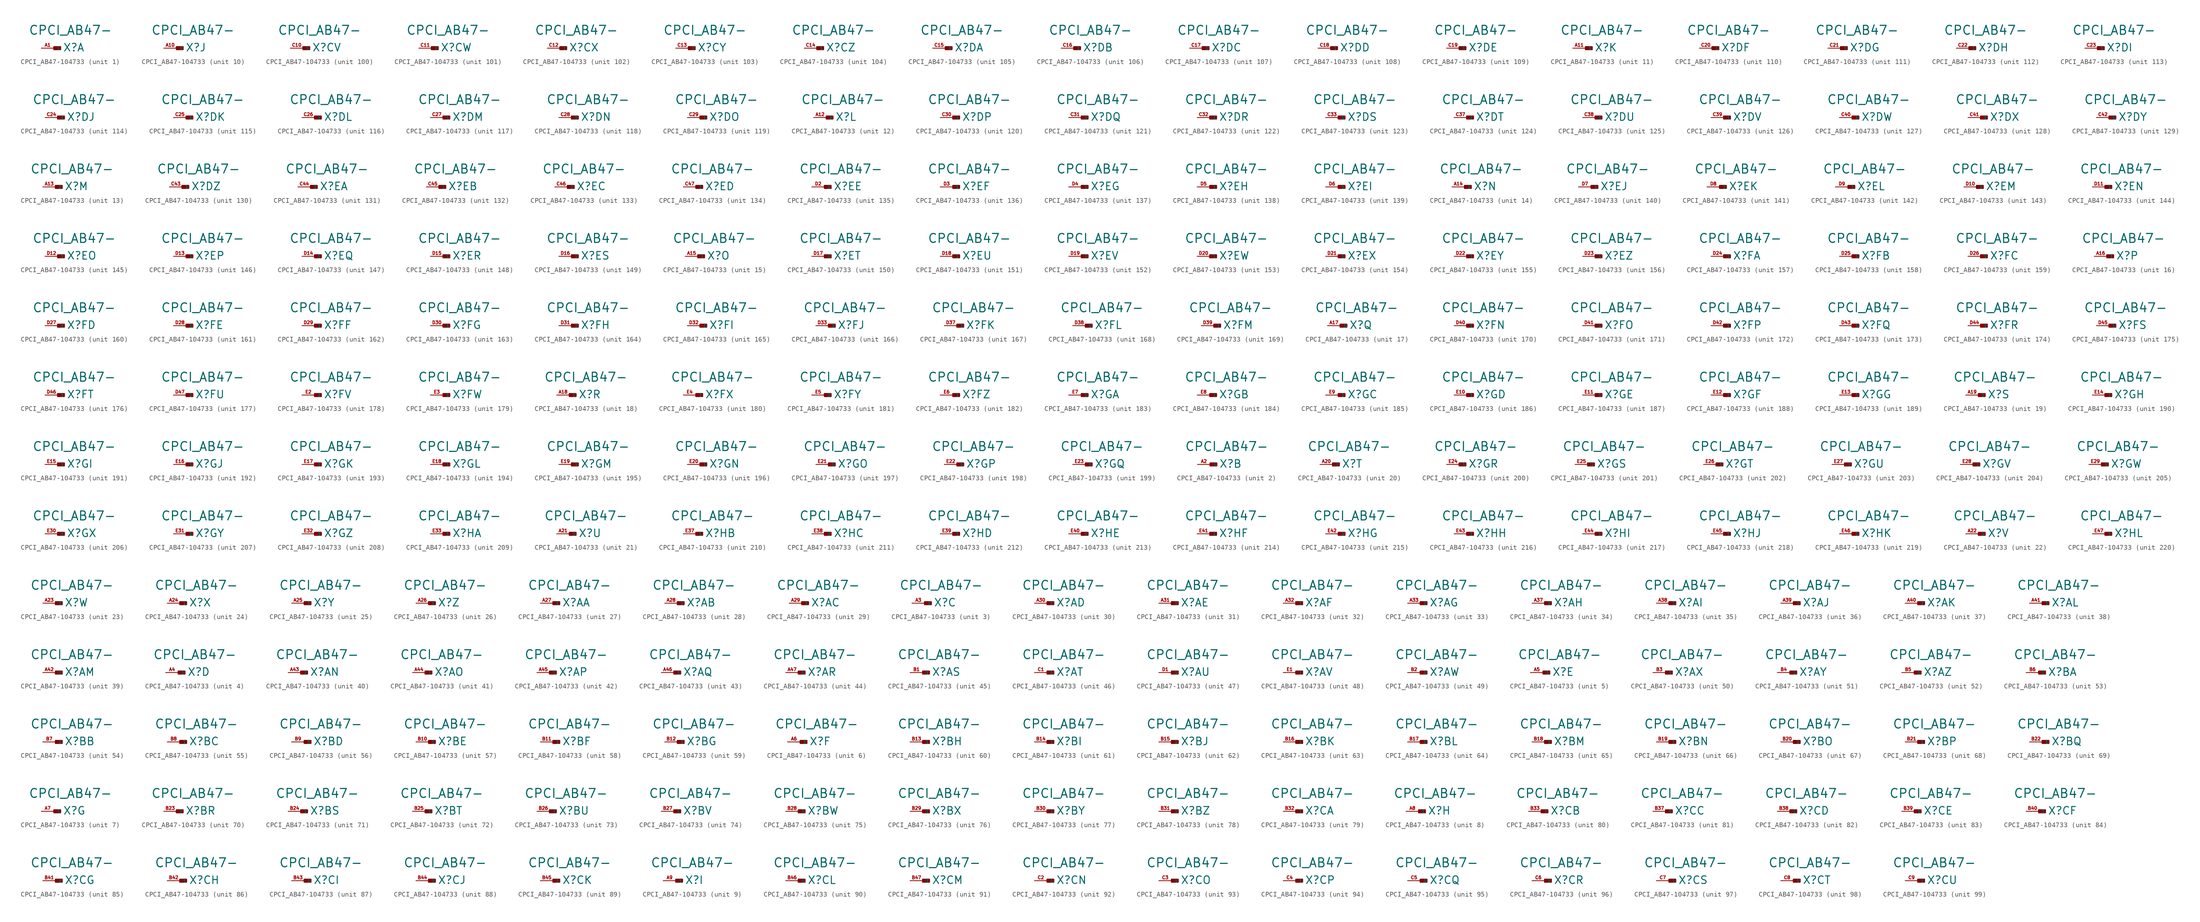
<source format=kicad_sym>
(kicad_symbol_lib
  (version 20220914)
  (generator Eagle2Kicad)
  (symbol "CPCI_AB47-104733"
    (property "Reference" "X"
      (at 1.778 -0.762 0)
      (effects (font (size 1.524 1.524) (thickness 0.19)) (justify left bottom)))
    (property "Value" "CPCI_AB47-"
      (at -5.08 2.54 0)
      (effects (font (size 1.778 1.778) (thickness 0.22)) (justify left bottom)))
    (symbol "CPCI_AB47-104733_1_0"
      (rectangle (start 0 -0.254) (end 1.27 0.254) (stroke (width 0.3) (type default)) (fill (type outline)))
      (pin input line (at -2.54 0 0) (length 2.54) (name "1" (effects (font (size 0.635 0.635) (thickness 0.08)) (justify left bottom))) (number "A1" (effects (font (size 0.635 0.635) (thickness 0.08)) (justify left bottom)))))
    (symbol "CPCI_AB47-104733_2_0"
      (rectangle (start 0 -0.254) (end 1.27 0.254) (stroke (width 0.3) (type default)) (fill (type outline)))
      (pin input line (at -2.54 0 0) (length 2.54) (name "1" (effects (font (size 0.635 0.635) (thickness 0.08)) (justify left bottom))) (number "A2" (effects (font (size 0.635 0.635) (thickness 0.08)) (justify left bottom)))))
    (symbol "CPCI_AB47-104733_3_0"
      (rectangle (start 0 -0.254) (end 1.27 0.254) (stroke (width 0.3) (type default)) (fill (type outline)))
      (pin input line (at -2.54 0 0) (length 2.54) (name "1" (effects (font (size 0.635 0.635) (thickness 0.08)) (justify left bottom))) (number "A3" (effects (font (size 0.635 0.635) (thickness 0.08)) (justify left bottom)))))
    (symbol "CPCI_AB47-104733_4_0"
      (rectangle (start 0 -0.254) (end 1.27 0.254) (stroke (width 0.3) (type default)) (fill (type outline)))
      (pin input line (at -2.54 0 0) (length 2.54) (name "1" (effects (font (size 0.635 0.635) (thickness 0.08)) (justify left bottom))) (number "A4" (effects (font (size 0.635 0.635) (thickness 0.08)) (justify left bottom)))))
    (symbol "CPCI_AB47-104733_5_0"
      (rectangle (start 0 -0.254) (end 1.27 0.254) (stroke (width 0.3) (type default)) (fill (type outline)))
      (pin input line (at -2.54 0 0) (length 2.54) (name "1" (effects (font (size 0.635 0.635) (thickness 0.08)) (justify left bottom))) (number "A5" (effects (font (size 0.635 0.635) (thickness 0.08)) (justify left bottom)))))
    (symbol "CPCI_AB47-104733_6_0"
      (rectangle (start 0 -0.254) (end 1.27 0.254) (stroke (width 0.3) (type default)) (fill (type outline)))
      (pin input line (at -2.54 0 0) (length 2.54) (name "1" (effects (font (size 0.635 0.635) (thickness 0.08)) (justify left bottom))) (number "A6" (effects (font (size 0.635 0.635) (thickness 0.08)) (justify left bottom)))))
    (symbol "CPCI_AB47-104733_7_0"
      (rectangle (start 0 -0.254) (end 1.27 0.254) (stroke (width 0.3) (type default)) (fill (type outline)))
      (pin input line (at -2.54 0 0) (length 2.54) (name "1" (effects (font (size 0.635 0.635) (thickness 0.08)) (justify left bottom))) (number "A7" (effects (font (size 0.635 0.635) (thickness 0.08)) (justify left bottom)))))
    (symbol "CPCI_AB47-104733_8_0"
      (rectangle (start 0 -0.254) (end 1.27 0.254) (stroke (width 0.3) (type default)) (fill (type outline)))
      (pin input line (at -2.54 0 0) (length 2.54) (name "1" (effects (font (size 0.635 0.635) (thickness 0.08)) (justify left bottom))) (number "A8" (effects (font (size 0.635 0.635) (thickness 0.08)) (justify left bottom)))))
    (symbol "CPCI_AB47-104733_9_0"
      (rectangle (start 0 -0.254) (end 1.27 0.254) (stroke (width 0.3) (type default)) (fill (type outline)))
      (pin input line (at -2.54 0 0) (length 2.54) (name "1" (effects (font (size 0.635 0.635) (thickness 0.08)) (justify left bottom))) (number "A9" (effects (font (size 0.635 0.635) (thickness 0.08)) (justify left bottom)))))
    (symbol "CPCI_AB47-104733_10_0"
      (rectangle (start 0 -0.254) (end 1.27 0.254) (stroke (width 0.3) (type default)) (fill (type outline)))
      (pin input line (at -2.54 0 0) (length 2.54) (name "1" (effects (font (size 0.635 0.635) (thickness 0.08)) (justify left bottom))) (number "A10" (effects (font (size 0.635 0.635) (thickness 0.08)) (justify left bottom)))))
    (symbol "CPCI_AB47-104733_11_0"
      (rectangle (start 0 -0.254) (end 1.27 0.254) (stroke (width 0.3) (type default)) (fill (type outline)))
      (pin input line (at -2.54 0 0) (length 2.54) (name "1" (effects (font (size 0.635 0.635) (thickness 0.08)) (justify left bottom))) (number "A11" (effects (font (size 0.635 0.635) (thickness 0.08)) (justify left bottom)))))
    (symbol "CPCI_AB47-104733_12_0"
      (rectangle (start 0 -0.254) (end 1.27 0.254) (stroke (width 0.3) (type default)) (fill (type outline)))
      (pin input line (at -2.54 0 0) (length 2.54) (name "1" (effects (font (size 0.635 0.635) (thickness 0.08)) (justify left bottom))) (number "A12" (effects (font (size 0.635 0.635) (thickness 0.08)) (justify left bottom)))))
    (symbol "CPCI_AB47-104733_13_0"
      (rectangle (start 0 -0.254) (end 1.27 0.254) (stroke (width 0.3) (type default)) (fill (type outline)))
      (pin input line (at -2.54 0 0) (length 2.54) (name "1" (effects (font (size 0.635 0.635) (thickness 0.08)) (justify left bottom))) (number "A13" (effects (font (size 0.635 0.635) (thickness 0.08)) (justify left bottom)))))
    (symbol "CPCI_AB47-104733_14_0"
      (rectangle (start 0 -0.254) (end 1.27 0.254) (stroke (width 0.3) (type default)) (fill (type outline)))
      (pin input line (at -2.54 0 0) (length 2.54) (name "1" (effects (font (size 0.635 0.635) (thickness 0.08)) (justify left bottom))) (number "A14" (effects (font (size 0.635 0.635) (thickness 0.08)) (justify left bottom)))))
    (symbol "CPCI_AB47-104733_15_0"
      (rectangle (start 0 -0.254) (end 1.27 0.254) (stroke (width 0.3) (type default)) (fill (type outline)))
      (pin input line (at -2.54 0 0) (length 2.54) (name "1" (effects (font (size 0.635 0.635) (thickness 0.08)) (justify left bottom))) (number "A15" (effects (font (size 0.635 0.635) (thickness 0.08)) (justify left bottom)))))
    (symbol "CPCI_AB47-104733_16_0"
      (rectangle (start 0 -0.254) (end 1.27 0.254) (stroke (width 0.3) (type default)) (fill (type outline)))
      (pin input line (at -2.54 0 0) (length 2.54) (name "1" (effects (font (size 0.635 0.635) (thickness 0.08)) (justify left bottom))) (number "A16" (effects (font (size 0.635 0.635) (thickness 0.08)) (justify left bottom)))))
    (symbol "CPCI_AB47-104733_17_0"
      (rectangle (start 0 -0.254) (end 1.27 0.254) (stroke (width 0.3) (type default)) (fill (type outline)))
      (pin input line (at -2.54 0 0) (length 2.54) (name "1" (effects (font (size 0.635 0.635) (thickness 0.08)) (justify left bottom))) (number "A17" (effects (font (size 0.635 0.635) (thickness 0.08)) (justify left bottom)))))
    (symbol "CPCI_AB47-104733_18_0"
      (rectangle (start 0 -0.254) (end 1.27 0.254) (stroke (width 0.3) (type default)) (fill (type outline)))
      (pin input line (at -2.54 0 0) (length 2.54) (name "1" (effects (font (size 0.635 0.635) (thickness 0.08)) (justify left bottom))) (number "A18" (effects (font (size 0.635 0.635) (thickness 0.08)) (justify left bottom)))))
    (symbol "CPCI_AB47-104733_19_0"
      (rectangle (start 0 -0.254) (end 1.27 0.254) (stroke (width 0.3) (type default)) (fill (type outline)))
      (pin input line (at -2.54 0 0) (length 2.54) (name "1" (effects (font (size 0.635 0.635) (thickness 0.08)) (justify left bottom))) (number "A19" (effects (font (size 0.635 0.635) (thickness 0.08)) (justify left bottom)))))
    (symbol "CPCI_AB47-104733_20_0"
      (rectangle (start 0 -0.254) (end 1.27 0.254) (stroke (width 0.3) (type default)) (fill (type outline)))
      (pin input line (at -2.54 0 0) (length 2.54) (name "1" (effects (font (size 0.635 0.635) (thickness 0.08)) (justify left bottom))) (number "A20" (effects (font (size 0.635 0.635) (thickness 0.08)) (justify left bottom)))))
    (symbol "CPCI_AB47-104733_21_0"
      (rectangle (start 0 -0.254) (end 1.27 0.254) (stroke (width 0.3) (type default)) (fill (type outline)))
      (pin input line (at -2.54 0 0) (length 2.54) (name "1" (effects (font (size 0.635 0.635) (thickness 0.08)) (justify left bottom))) (number "A21" (effects (font (size 0.635 0.635) (thickness 0.08)) (justify left bottom)))))
    (symbol "CPCI_AB47-104733_22_0"
      (rectangle (start 0 -0.254) (end 1.27 0.254) (stroke (width 0.3) (type default)) (fill (type outline)))
      (pin input line (at -2.54 0 0) (length 2.54) (name "1" (effects (font (size 0.635 0.635) (thickness 0.08)) (justify left bottom))) (number "A22" (effects (font (size 0.635 0.635) (thickness 0.08)) (justify left bottom)))))
    (symbol "CPCI_AB47-104733_23_0"
      (rectangle (start 0 -0.254) (end 1.27 0.254) (stroke (width 0.3) (type default)) (fill (type outline)))
      (pin input line (at -2.54 0 0) (length 2.54) (name "1" (effects (font (size 0.635 0.635) (thickness 0.08)) (justify left bottom))) (number "A23" (effects (font (size 0.635 0.635) (thickness 0.08)) (justify left bottom)))))
    (symbol "CPCI_AB47-104733_24_0"
      (rectangle (start 0 -0.254) (end 1.27 0.254) (stroke (width 0.3) (type default)) (fill (type outline)))
      (pin input line (at -2.54 0 0) (length 2.54) (name "1" (effects (font (size 0.635 0.635) (thickness 0.08)) (justify left bottom))) (number "A24" (effects (font (size 0.635 0.635) (thickness 0.08)) (justify left bottom)))))
    (symbol "CPCI_AB47-104733_25_0"
      (rectangle (start 0 -0.254) (end 1.27 0.254) (stroke (width 0.3) (type default)) (fill (type outline)))
      (pin input line (at -2.54 0 0) (length 2.54) (name "1" (effects (font (size 0.635 0.635) (thickness 0.08)) (justify left bottom))) (number "A25" (effects (font (size 0.635 0.635) (thickness 0.08)) (justify left bottom)))))
    (symbol "CPCI_AB47-104733_26_0"
      (rectangle (start 0 -0.254) (end 1.27 0.254) (stroke (width 0.3) (type default)) (fill (type outline)))
      (pin input line (at -2.54 0 0) (length 2.54) (name "1" (effects (font (size 0.635 0.635) (thickness 0.08)) (justify left bottom))) (number "A26" (effects (font (size 0.635 0.635) (thickness 0.08)) (justify left bottom)))))
    (symbol "CPCI_AB47-104733_27_0"
      (rectangle (start 0 -0.254) (end 1.27 0.254) (stroke (width 0.3) (type default)) (fill (type outline)))
      (pin input line (at -2.54 0 0) (length 2.54) (name "1" (effects (font (size 0.635 0.635) (thickness 0.08)) (justify left bottom))) (number "A27" (effects (font (size 0.635 0.635) (thickness 0.08)) (justify left bottom)))))
    (symbol "CPCI_AB47-104733_28_0"
      (rectangle (start 0 -0.254) (end 1.27 0.254) (stroke (width 0.3) (type default)) (fill (type outline)))
      (pin input line (at -2.54 0 0) (length 2.54) (name "1" (effects (font (size 0.635 0.635) (thickness 0.08)) (justify left bottom))) (number "A28" (effects (font (size 0.635 0.635) (thickness 0.08)) (justify left bottom)))))
    (symbol "CPCI_AB47-104733_29_0"
      (rectangle (start 0 -0.254) (end 1.27 0.254) (stroke (width 0.3) (type default)) (fill (type outline)))
      (pin input line (at -2.54 0 0) (length 2.54) (name "1" (effects (font (size 0.635 0.635) (thickness 0.08)) (justify left bottom))) (number "A29" (effects (font (size 0.635 0.635) (thickness 0.08)) (justify left bottom)))))
    (symbol "CPCI_AB47-104733_30_0"
      (rectangle (start 0 -0.254) (end 1.27 0.254) (stroke (width 0.3) (type default)) (fill (type outline)))
      (pin input line (at -2.54 0 0) (length 2.54) (name "1" (effects (font (size 0.635 0.635) (thickness 0.08)) (justify left bottom))) (number "A30" (effects (font (size 0.635 0.635) (thickness 0.08)) (justify left bottom)))))
    (symbol "CPCI_AB47-104733_31_0"
      (rectangle (start 0 -0.254) (end 1.27 0.254) (stroke (width 0.3) (type default)) (fill (type outline)))
      (pin input line (at -2.54 0 0) (length 2.54) (name "1" (effects (font (size 0.635 0.635) (thickness 0.08)) (justify left bottom))) (number "A31" (effects (font (size 0.635 0.635) (thickness 0.08)) (justify left bottom)))))
    (symbol "CPCI_AB47-104733_32_0"
      (rectangle (start 0 -0.254) (end 1.27 0.254) (stroke (width 0.3) (type default)) (fill (type outline)))
      (pin input line (at -2.54 0 0) (length 2.54) (name "1" (effects (font (size 0.635 0.635) (thickness 0.08)) (justify left bottom))) (number "A32" (effects (font (size 0.635 0.635) (thickness 0.08)) (justify left bottom)))))
    (symbol "CPCI_AB47-104733_33_0"
      (rectangle (start 0 -0.254) (end 1.27 0.254) (stroke (width 0.3) (type default)) (fill (type outline)))
      (pin input line (at -2.54 0 0) (length 2.54) (name "1" (effects (font (size 0.635 0.635) (thickness 0.08)) (justify left bottom))) (number "A33" (effects (font (size 0.635 0.635) (thickness 0.08)) (justify left bottom)))))
    (symbol "CPCI_AB47-104733_34_0"
      (rectangle (start 0 -0.254) (end 1.27 0.254) (stroke (width 0.3) (type default)) (fill (type outline)))
      (pin input line (at -2.54 0 0) (length 2.54) (name "1" (effects (font (size 0.635 0.635) (thickness 0.08)) (justify left bottom))) (number "A37" (effects (font (size 0.635 0.635) (thickness 0.08)) (justify left bottom)))))
    (symbol "CPCI_AB47-104733_35_0"
      (rectangle (start 0 -0.254) (end 1.27 0.254) (stroke (width 0.3) (type default)) (fill (type outline)))
      (pin input line (at -2.54 0 0) (length 2.54) (name "1" (effects (font (size 0.635 0.635) (thickness 0.08)) (justify left bottom))) (number "A38" (effects (font (size 0.635 0.635) (thickness 0.08)) (justify left bottom)))))
    (symbol "CPCI_AB47-104733_36_0"
      (rectangle (start 0 -0.254) (end 1.27 0.254) (stroke (width 0.3) (type default)) (fill (type outline)))
      (pin input line (at -2.54 0 0) (length 2.54) (name "1" (effects (font (size 0.635 0.635) (thickness 0.08)) (justify left bottom))) (number "A39" (effects (font (size 0.635 0.635) (thickness 0.08)) (justify left bottom)))))
    (symbol "CPCI_AB47-104733_37_0"
      (rectangle (start 0 -0.254) (end 1.27 0.254) (stroke (width 0.3) (type default)) (fill (type outline)))
      (pin input line (at -2.54 0 0) (length 2.54) (name "1" (effects (font (size 0.635 0.635) (thickness 0.08)) (justify left bottom))) (number "A40" (effects (font (size 0.635 0.635) (thickness 0.08)) (justify left bottom)))))
    (symbol "CPCI_AB47-104733_38_0"
      (rectangle (start 0 -0.254) (end 1.27 0.254) (stroke (width 0.3) (type default)) (fill (type outline)))
      (pin input line (at -2.54 0 0) (length 2.54) (name "1" (effects (font (size 0.635 0.635) (thickness 0.08)) (justify left bottom))) (number "A41" (effects (font (size 0.635 0.635) (thickness 0.08)) (justify left bottom)))))
    (symbol "CPCI_AB47-104733_39_0"
      (rectangle (start 0 -0.254) (end 1.27 0.254) (stroke (width 0.3) (type default)) (fill (type outline)))
      (pin input line (at -2.54 0 0) (length 2.54) (name "1" (effects (font (size 0.635 0.635) (thickness 0.08)) (justify left bottom))) (number "A42" (effects (font (size 0.635 0.635) (thickness 0.08)) (justify left bottom)))))
    (symbol "CPCI_AB47-104733_40_0"
      (rectangle (start 0 -0.254) (end 1.27 0.254) (stroke (width 0.3) (type default)) (fill (type outline)))
      (pin input line (at -2.54 0 0) (length 2.54) (name "1" (effects (font (size 0.635 0.635) (thickness 0.08)) (justify left bottom))) (number "A43" (effects (font (size 0.635 0.635) (thickness 0.08)) (justify left bottom)))))
    (symbol "CPCI_AB47-104733_41_0"
      (rectangle (start 0 -0.254) (end 1.27 0.254) (stroke (width 0.3) (type default)) (fill (type outline)))
      (pin input line (at -2.54 0 0) (length 2.54) (name "1" (effects (font (size 0.635 0.635) (thickness 0.08)) (justify left bottom))) (number "A44" (effects (font (size 0.635 0.635) (thickness 0.08)) (justify left bottom)))))
    (symbol "CPCI_AB47-104733_42_0"
      (rectangle (start 0 -0.254) (end 1.27 0.254) (stroke (width 0.3) (type default)) (fill (type outline)))
      (pin input line (at -2.54 0 0) (length 2.54) (name "1" (effects (font (size 0.635 0.635) (thickness 0.08)) (justify left bottom))) (number "A45" (effects (font (size 0.635 0.635) (thickness 0.08)) (justify left bottom)))))
    (symbol "CPCI_AB47-104733_43_0"
      (rectangle (start 0 -0.254) (end 1.27 0.254) (stroke (width 0.3) (type default)) (fill (type outline)))
      (pin input line (at -2.54 0 0) (length 2.54) (name "1" (effects (font (size 0.635 0.635) (thickness 0.08)) (justify left bottom))) (number "A46" (effects (font (size 0.635 0.635) (thickness 0.08)) (justify left bottom)))))
    (symbol "CPCI_AB47-104733_44_0"
      (rectangle (start 0 -0.254) (end 1.27 0.254) (stroke (width 0.3) (type default)) (fill (type outline)))
      (pin input line (at -2.54 0 0) (length 2.54) (name "1" (effects (font (size 0.635 0.635) (thickness 0.08)) (justify left bottom))) (number "A47" (effects (font (size 0.635 0.635) (thickness 0.08)) (justify left bottom)))))
    (symbol "CPCI_AB47-104733_45_0"
      (rectangle (start 0 -0.254) (end 1.27 0.254) (stroke (width 0.3) (type default)) (fill (type outline)))
      (pin input line (at -2.54 0 0) (length 2.54) (name "1" (effects (font (size 0.635 0.635) (thickness 0.08)) (justify left bottom))) (number "B1" (effects (font (size 0.635 0.635) (thickness 0.08)) (justify left bottom)))))
    (symbol "CPCI_AB47-104733_46_0"
      (rectangle (start 0 -0.254) (end 1.27 0.254) (stroke (width 0.3) (type default)) (fill (type outline)))
      (pin input line (at -2.54 0 0) (length 2.54) (name "1" (effects (font (size 0.635 0.635) (thickness 0.08)) (justify left bottom))) (number "C1" (effects (font (size 0.635 0.635) (thickness 0.08)) (justify left bottom)))))
    (symbol "CPCI_AB47-104733_47_0"
      (rectangle (start 0 -0.254) (end 1.27 0.254) (stroke (width 0.3) (type default)) (fill (type outline)))
      (pin input line (at -2.54 0 0) (length 2.54) (name "1" (effects (font (size 0.635 0.635) (thickness 0.08)) (justify left bottom))) (number "D1" (effects (font (size 0.635 0.635) (thickness 0.08)) (justify left bottom)))))
    (symbol "CPCI_AB47-104733_48_0"
      (rectangle (start 0 -0.254) (end 1.27 0.254) (stroke (width 0.3) (type default)) (fill (type outline)))
      (pin input line (at -2.54 0 0) (length 2.54) (name "1" (effects (font (size 0.635 0.635) (thickness 0.08)) (justify left bottom))) (number "E1" (effects (font (size 0.635 0.635) (thickness 0.08)) (justify left bottom)))))
    (symbol "CPCI_AB47-104733_49_0"
      (rectangle (start 0 -0.254) (end 1.27 0.254) (stroke (width 0.3) (type default)) (fill (type outline)))
      (pin input line (at -2.54 0 0) (length 2.54) (name "1" (effects (font (size 0.635 0.635) (thickness 0.08)) (justify left bottom))) (number "B2" (effects (font (size 0.635 0.635) (thickness 0.08)) (justify left bottom)))))
    (symbol "CPCI_AB47-104733_50_0"
      (rectangle (start 0 -0.254) (end 1.27 0.254) (stroke (width 0.3) (type default)) (fill (type outline)))
      (pin input line (at -2.54 0 0) (length 2.54) (name "1" (effects (font (size 0.635 0.635) (thickness 0.08)) (justify left bottom))) (number "B3" (effects (font (size 0.635 0.635) (thickness 0.08)) (justify left bottom)))))
    (symbol "CPCI_AB47-104733_51_0"
      (rectangle (start 0 -0.254) (end 1.27 0.254) (stroke (width 0.3) (type default)) (fill (type outline)))
      (pin input line (at -2.54 0 0) (length 2.54) (name "1" (effects (font (size 0.635 0.635) (thickness 0.08)) (justify left bottom))) (number "B4" (effects (font (size 0.635 0.635) (thickness 0.08)) (justify left bottom)))))
    (symbol "CPCI_AB47-104733_52_0"
      (rectangle (start 0 -0.254) (end 1.27 0.254) (stroke (width 0.3) (type default)) (fill (type outline)))
      (pin input line (at -2.54 0 0) (length 2.54) (name "1" (effects (font (size 0.635 0.635) (thickness 0.08)) (justify left bottom))) (number "B5" (effects (font (size 0.635 0.635) (thickness 0.08)) (justify left bottom)))))
    (symbol "CPCI_AB47-104733_53_0"
      (rectangle (start 0 -0.254) (end 1.27 0.254) (stroke (width 0.3) (type default)) (fill (type outline)))
      (pin input line (at -2.54 0 0) (length 2.54) (name "1" (effects (font (size 0.635 0.635) (thickness 0.08)) (justify left bottom))) (number "B6" (effects (font (size 0.635 0.635) (thickness 0.08)) (justify left bottom)))))
    (symbol "CPCI_AB47-104733_54_0"
      (rectangle (start 0 -0.254) (end 1.27 0.254) (stroke (width 0.3) (type default)) (fill (type outline)))
      (pin input line (at -2.54 0 0) (length 2.54) (name "1" (effects (font (size 0.635 0.635) (thickness 0.08)) (justify left bottom))) (number "B7" (effects (font (size 0.635 0.635) (thickness 0.08)) (justify left bottom)))))
    (symbol "CPCI_AB47-104733_55_0"
      (rectangle (start 0 -0.254) (end 1.27 0.254) (stroke (width 0.3) (type default)) (fill (type outline)))
      (pin input line (at -2.54 0 0) (length 2.54) (name "1" (effects (font (size 0.635 0.635) (thickness 0.08)) (justify left bottom))) (number "B8" (effects (font (size 0.635 0.635) (thickness 0.08)) (justify left bottom)))))
    (symbol "CPCI_AB47-104733_56_0"
      (rectangle (start 0 -0.254) (end 1.27 0.254) (stroke (width 0.3) (type default)) (fill (type outline)))
      (pin input line (at -2.54 0 0) (length 2.54) (name "1" (effects (font (size 0.635 0.635) (thickness 0.08)) (justify left bottom))) (number "B9" (effects (font (size 0.635 0.635) (thickness 0.08)) (justify left bottom)))))
    (symbol "CPCI_AB47-104733_57_0"
      (rectangle (start 0 -0.254) (end 1.27 0.254) (stroke (width 0.3) (type default)) (fill (type outline)))
      (pin input line (at -2.54 0 0) (length 2.54) (name "1" (effects (font (size 0.635 0.635) (thickness 0.08)) (justify left bottom))) (number "B10" (effects (font (size 0.635 0.635) (thickness 0.08)) (justify left bottom)))))
    (symbol "CPCI_AB47-104733_58_0"
      (rectangle (start 0 -0.254) (end 1.27 0.254) (stroke (width 0.3) (type default)) (fill (type outline)))
      (pin input line (at -2.54 0 0) (length 2.54) (name "1" (effects (font (size 0.635 0.635) (thickness 0.08)) (justify left bottom))) (number "B11" (effects (font (size 0.635 0.635) (thickness 0.08)) (justify left bottom)))))
    (symbol "CPCI_AB47-104733_59_0"
      (rectangle (start 0 -0.254) (end 1.27 0.254) (stroke (width 0.3) (type default)) (fill (type outline)))
      (pin input line (at -2.54 0 0) (length 2.54) (name "1" (effects (font (size 0.635 0.635) (thickness 0.08)) (justify left bottom))) (number "B12" (effects (font (size 0.635 0.635) (thickness 0.08)) (justify left bottom)))))
    (symbol "CPCI_AB47-104733_60_0"
      (rectangle (start 0 -0.254) (end 1.27 0.254) (stroke (width 0.3) (type default)) (fill (type outline)))
      (pin input line (at -2.54 0 0) (length 2.54) (name "1" (effects (font (size 0.635 0.635) (thickness 0.08)) (justify left bottom))) (number "B13" (effects (font (size 0.635 0.635) (thickness 0.08)) (justify left bottom)))))
    (symbol "CPCI_AB47-104733_61_0"
      (rectangle (start 0 -0.254) (end 1.27 0.254) (stroke (width 0.3) (type default)) (fill (type outline)))
      (pin input line (at -2.54 0 0) (length 2.54) (name "1" (effects (font (size 0.635 0.635) (thickness 0.08)) (justify left bottom))) (number "B14" (effects (font (size 0.635 0.635) (thickness 0.08)) (justify left bottom)))))
    (symbol "CPCI_AB47-104733_62_0"
      (rectangle (start 0 -0.254) (end 1.27 0.254) (stroke (width 0.3) (type default)) (fill (type outline)))
      (pin input line (at -2.54 0 0) (length 2.54) (name "1" (effects (font (size 0.635 0.635) (thickness 0.08)) (justify left bottom))) (number "B15" (effects (font (size 0.635 0.635) (thickness 0.08)) (justify left bottom)))))
    (symbol "CPCI_AB47-104733_63_0"
      (rectangle (start 0 -0.254) (end 1.27 0.254) (stroke (width 0.3) (type default)) (fill (type outline)))
      (pin input line (at -2.54 0 0) (length 2.54) (name "1" (effects (font (size 0.635 0.635) (thickness 0.08)) (justify left bottom))) (number "B16" (effects (font (size 0.635 0.635) (thickness 0.08)) (justify left bottom)))))
    (symbol "CPCI_AB47-104733_64_0"
      (rectangle (start 0 -0.254) (end 1.27 0.254) (stroke (width 0.3) (type default)) (fill (type outline)))
      (pin input line (at -2.54 0 0) (length 2.54) (name "1" (effects (font (size 0.635 0.635) (thickness 0.08)) (justify left bottom))) (number "B17" (effects (font (size 0.635 0.635) (thickness 0.08)) (justify left bottom)))))
    (symbol "CPCI_AB47-104733_65_0"
      (rectangle (start 0 -0.254) (end 1.27 0.254) (stroke (width 0.3) (type default)) (fill (type outline)))
      (pin input line (at -2.54 0 0) (length 2.54) (name "1" (effects (font (size 0.635 0.635) (thickness 0.08)) (justify left bottom))) (number "B18" (effects (font (size 0.635 0.635) (thickness 0.08)) (justify left bottom)))))
    (symbol "CPCI_AB47-104733_66_0"
      (rectangle (start 0 -0.254) (end 1.27 0.254) (stroke (width 0.3) (type default)) (fill (type outline)))
      (pin input line (at -2.54 0 0) (length 2.54) (name "1" (effects (font (size 0.635 0.635) (thickness 0.08)) (justify left bottom))) (number "B19" (effects (font (size 0.635 0.635) (thickness 0.08)) (justify left bottom)))))
    (symbol "CPCI_AB47-104733_67_0"
      (rectangle (start 0 -0.254) (end 1.27 0.254) (stroke (width 0.3) (type default)) (fill (type outline)))
      (pin input line (at -2.54 0 0) (length 2.54) (name "1" (effects (font (size 0.635 0.635) (thickness 0.08)) (justify left bottom))) (number "B20" (effects (font (size 0.635 0.635) (thickness 0.08)) (justify left bottom)))))
    (symbol "CPCI_AB47-104733_68_0"
      (rectangle (start 0 -0.254) (end 1.27 0.254) (stroke (width 0.3) (type default)) (fill (type outline)))
      (pin input line (at -2.54 0 0) (length 2.54) (name "1" (effects (font (size 0.635 0.635) (thickness 0.08)) (justify left bottom))) (number "B21" (effects (font (size 0.635 0.635) (thickness 0.08)) (justify left bottom)))))
    (symbol "CPCI_AB47-104733_69_0"
      (rectangle (start 0 -0.254) (end 1.27 0.254) (stroke (width 0.3) (type default)) (fill (type outline)))
      (pin input line (at -2.54 0 0) (length 2.54) (name "1" (effects (font (size 0.635 0.635) (thickness 0.08)) (justify left bottom))) (number "B22" (effects (font (size 0.635 0.635) (thickness 0.08)) (justify left bottom)))))
    (symbol "CPCI_AB47-104733_70_0"
      (rectangle (start 0 -0.254) (end 1.27 0.254) (stroke (width 0.3) (type default)) (fill (type outline)))
      (pin input line (at -2.54 0 0) (length 2.54) (name "1" (effects (font (size 0.635 0.635) (thickness 0.08)) (justify left bottom))) (number "B23" (effects (font (size 0.635 0.635) (thickness 0.08)) (justify left bottom)))))
    (symbol "CPCI_AB47-104733_71_0"
      (rectangle (start 0 -0.254) (end 1.27 0.254) (stroke (width 0.3) (type default)) (fill (type outline)))
      (pin input line (at -2.54 0 0) (length 2.54) (name "1" (effects (font (size 0.635 0.635) (thickness 0.08)) (justify left bottom))) (number "B24" (effects (font (size 0.635 0.635) (thickness 0.08)) (justify left bottom)))))
    (symbol "CPCI_AB47-104733_72_0"
      (rectangle (start 0 -0.254) (end 1.27 0.254) (stroke (width 0.3) (type default)) (fill (type outline)))
      (pin input line (at -2.54 0 0) (length 2.54) (name "1" (effects (font (size 0.635 0.635) (thickness 0.08)) (justify left bottom))) (number "B25" (effects (font (size 0.635 0.635) (thickness 0.08)) (justify left bottom)))))
    (symbol "CPCI_AB47-104733_73_0"
      (rectangle (start 0 -0.254) (end 1.27 0.254) (stroke (width 0.3) (type default)) (fill (type outline)))
      (pin input line (at -2.54 0 0) (length 2.54) (name "1" (effects (font (size 0.635 0.635) (thickness 0.08)) (justify left bottom))) (number "B26" (effects (font (size 0.635 0.635) (thickness 0.08)) (justify left bottom)))))
    (symbol "CPCI_AB47-104733_74_0"
      (rectangle (start 0 -0.254) (end 1.27 0.254) (stroke (width 0.3) (type default)) (fill (type outline)))
      (pin input line (at -2.54 0 0) (length 2.54) (name "1" (effects (font (size 0.635 0.635) (thickness 0.08)) (justify left bottom))) (number "B27" (effects (font (size 0.635 0.635) (thickness 0.08)) (justify left bottom)))))
    (symbol "CPCI_AB47-104733_75_0"
      (rectangle (start 0 -0.254) (end 1.27 0.254) (stroke (width 0.3) (type default)) (fill (type outline)))
      (pin input line (at -2.54 0 0) (length 2.54) (name "1" (effects (font (size 0.635 0.635) (thickness 0.08)) (justify left bottom))) (number "B28" (effects (font (size 0.635 0.635) (thickness 0.08)) (justify left bottom)))))
    (symbol "CPCI_AB47-104733_76_0"
      (rectangle (start 0 -0.254) (end 1.27 0.254) (stroke (width 0.3) (type default)) (fill (type outline)))
      (pin input line (at -2.54 0 0) (length 2.54) (name "1" (effects (font (size 0.635 0.635) (thickness 0.08)) (justify left bottom))) (number "B29" (effects (font (size 0.635 0.635) (thickness 0.08)) (justify left bottom)))))
    (symbol "CPCI_AB47-104733_77_0"
      (rectangle (start 0 -0.254) (end 1.27 0.254) (stroke (width 0.3) (type default)) (fill (type outline)))
      (pin input line (at -2.54 0 0) (length 2.54) (name "1" (effects (font (size 0.635 0.635) (thickness 0.08)) (justify left bottom))) (number "B30" (effects (font (size 0.635 0.635) (thickness 0.08)) (justify left bottom)))))
    (symbol "CPCI_AB47-104733_78_0"
      (rectangle (start 0 -0.254) (end 1.27 0.254) (stroke (width 0.3) (type default)) (fill (type outline)))
      (pin input line (at -2.54 0 0) (length 2.54) (name "1" (effects (font (size 0.635 0.635) (thickness 0.08)) (justify left bottom))) (number "B31" (effects (font (size 0.635 0.635) (thickness 0.08)) (justify left bottom)))))
    (symbol "CPCI_AB47-104733_79_0"
      (rectangle (start 0 -0.254) (end 1.27 0.254) (stroke (width 0.3) (type default)) (fill (type outline)))
      (pin input line (at -2.54 0 0) (length 2.54) (name "1" (effects (font (size 0.635 0.635) (thickness 0.08)) (justify left bottom))) (number "B32" (effects (font (size 0.635 0.635) (thickness 0.08)) (justify left bottom)))))
    (symbol "CPCI_AB47-104733_80_0"
      (rectangle (start 0 -0.254) (end 1.27 0.254) (stroke (width 0.3) (type default)) (fill (type outline)))
      (pin input line (at -2.54 0 0) (length 2.54) (name "1" (effects (font (size 0.635 0.635) (thickness 0.08)) (justify left bottom))) (number "B33" (effects (font (size 0.635 0.635) (thickness 0.08)) (justify left bottom)))))
    (symbol "CPCI_AB47-104733_81_0"
      (rectangle (start 0 -0.254) (end 1.27 0.254) (stroke (width 0.3) (type default)) (fill (type outline)))
      (pin input line (at -2.54 0 0) (length 2.54) (name "1" (effects (font (size 0.635 0.635) (thickness 0.08)) (justify left bottom))) (number "B37" (effects (font (size 0.635 0.635) (thickness 0.08)) (justify left bottom)))))
    (symbol "CPCI_AB47-104733_82_0"
      (rectangle (start 0 -0.254) (end 1.27 0.254) (stroke (width 0.3) (type default)) (fill (type outline)))
      (pin input line (at -2.54 0 0) (length 2.54) (name "1" (effects (font (size 0.635 0.635) (thickness 0.08)) (justify left bottom))) (number "B38" (effects (font (size 0.635 0.635) (thickness 0.08)) (justify left bottom)))))
    (symbol "CPCI_AB47-104733_83_0"
      (rectangle (start 0 -0.254) (end 1.27 0.254) (stroke (width 0.3) (type default)) (fill (type outline)))
      (pin input line (at -2.54 0 0) (length 2.54) (name "1" (effects (font (size 0.635 0.635) (thickness 0.08)) (justify left bottom))) (number "B39" (effects (font (size 0.635 0.635) (thickness 0.08)) (justify left bottom)))))
    (symbol "CPCI_AB47-104733_84_0"
      (rectangle (start 0 -0.254) (end 1.27 0.254) (stroke (width 0.3) (type default)) (fill (type outline)))
      (pin input line (at -2.54 0 0) (length 2.54) (name "1" (effects (font (size 0.635 0.635) (thickness 0.08)) (justify left bottom))) (number "B40" (effects (font (size 0.635 0.635) (thickness 0.08)) (justify left bottom)))))
    (symbol "CPCI_AB47-104733_85_0"
      (rectangle (start 0 -0.254) (end 1.27 0.254) (stroke (width 0.3) (type default)) (fill (type outline)))
      (pin input line (at -2.54 0 0) (length 2.54) (name "1" (effects (font (size 0.635 0.635) (thickness 0.08)) (justify left bottom))) (number "B41" (effects (font (size 0.635 0.635) (thickness 0.08)) (justify left bottom)))))
    (symbol "CPCI_AB47-104733_86_0"
      (rectangle (start 0 -0.254) (end 1.27 0.254) (stroke (width 0.3) (type default)) (fill (type outline)))
      (pin input line (at -2.54 0 0) (length 2.54) (name "1" (effects (font (size 0.635 0.635) (thickness 0.08)) (justify left bottom))) (number "B42" (effects (font (size 0.635 0.635) (thickness 0.08)) (justify left bottom)))))
    (symbol "CPCI_AB47-104733_87_0"
      (rectangle (start 0 -0.254) (end 1.27 0.254) (stroke (width 0.3) (type default)) (fill (type outline)))
      (pin input line (at -2.54 0 0) (length 2.54) (name "1" (effects (font (size 0.635 0.635) (thickness 0.08)) (justify left bottom))) (number "B43" (effects (font (size 0.635 0.635) (thickness 0.08)) (justify left bottom)))))
    (symbol "CPCI_AB47-104733_88_0"
      (rectangle (start 0 -0.254) (end 1.27 0.254) (stroke (width 0.3) (type default)) (fill (type outline)))
      (pin input line (at -2.54 0 0) (length 2.54) (name "1" (effects (font (size 0.635 0.635) (thickness 0.08)) (justify left bottom))) (number "B44" (effects (font (size 0.635 0.635) (thickness 0.08)) (justify left bottom)))))
    (symbol "CPCI_AB47-104733_89_0"
      (rectangle (start 0 -0.254) (end 1.27 0.254) (stroke (width 0.3) (type default)) (fill (type outline)))
      (pin input line (at -2.54 0 0) (length 2.54) (name "1" (effects (font (size 0.635 0.635) (thickness 0.08)) (justify left bottom))) (number "B45" (effects (font (size 0.635 0.635) (thickness 0.08)) (justify left bottom)))))
    (symbol "CPCI_AB47-104733_90_0"
      (rectangle (start 0 -0.254) (end 1.27 0.254) (stroke (width 0.3) (type default)) (fill (type outline)))
      (pin input line (at -2.54 0 0) (length 2.54) (name "1" (effects (font (size 0.635 0.635) (thickness 0.08)) (justify left bottom))) (number "B46" (effects (font (size 0.635 0.635) (thickness 0.08)) (justify left bottom)))))
    (symbol "CPCI_AB47-104733_91_0"
      (rectangle (start 0 -0.254) (end 1.27 0.254) (stroke (width 0.3) (type default)) (fill (type outline)))
      (pin input line (at -2.54 0 0) (length 2.54) (name "1" (effects (font (size 0.635 0.635) (thickness 0.08)) (justify left bottom))) (number "B47" (effects (font (size 0.635 0.635) (thickness 0.08)) (justify left bottom)))))
    (symbol "CPCI_AB47-104733_92_0"
      (rectangle (start 0 -0.254) (end 1.27 0.254) (stroke (width 0.3) (type default)) (fill (type outline)))
      (pin input line (at -2.54 0 0) (length 2.54) (name "1" (effects (font (size 0.635 0.635) (thickness 0.08)) (justify left bottom))) (number "C2" (effects (font (size 0.635 0.635) (thickness 0.08)) (justify left bottom)))))
    (symbol "CPCI_AB47-104733_93_0"
      (rectangle (start 0 -0.254) (end 1.27 0.254) (stroke (width 0.3) (type default)) (fill (type outline)))
      (pin input line (at -2.54 0 0) (length 2.54) (name "1" (effects (font (size 0.635 0.635) (thickness 0.08)) (justify left bottom))) (number "C3" (effects (font (size 0.635 0.635) (thickness 0.08)) (justify left bottom)))))
    (symbol "CPCI_AB47-104733_94_0"
      (rectangle (start 0 -0.254) (end 1.27 0.254) (stroke (width 0.3) (type default)) (fill (type outline)))
      (pin input line (at -2.54 0 0) (length 2.54) (name "1" (effects (font (size 0.635 0.635) (thickness 0.08)) (justify left bottom))) (number "C4" (effects (font (size 0.635 0.635) (thickness 0.08)) (justify left bottom)))))
    (symbol "CPCI_AB47-104733_95_0"
      (rectangle (start 0 -0.254) (end 1.27 0.254) (stroke (width 0.3) (type default)) (fill (type outline)))
      (pin input line (at -2.54 0 0) (length 2.54) (name "1" (effects (font (size 0.635 0.635) (thickness 0.08)) (justify left bottom))) (number "C5" (effects (font (size 0.635 0.635) (thickness 0.08)) (justify left bottom)))))
    (symbol "CPCI_AB47-104733_96_0"
      (rectangle (start 0 -0.254) (end 1.27 0.254) (stroke (width 0.3) (type default)) (fill (type outline)))
      (pin input line (at -2.54 0 0) (length 2.54) (name "1" (effects (font (size 0.635 0.635) (thickness 0.08)) (justify left bottom))) (number "C6" (effects (font (size 0.635 0.635) (thickness 0.08)) (justify left bottom)))))
    (symbol "CPCI_AB47-104733_97_0"
      (rectangle (start 0 -0.254) (end 1.27 0.254) (stroke (width 0.3) (type default)) (fill (type outline)))
      (pin input line (at -2.54 0 0) (length 2.54) (name "1" (effects (font (size 0.635 0.635) (thickness 0.08)) (justify left bottom))) (number "C7" (effects (font (size 0.635 0.635) (thickness 0.08)) (justify left bottom)))))
    (symbol "CPCI_AB47-104733_98_0"
      (rectangle (start 0 -0.254) (end 1.27 0.254) (stroke (width 0.3) (type default)) (fill (type outline)))
      (pin input line (at -2.54 0 0) (length 2.54) (name "1" (effects (font (size 0.635 0.635) (thickness 0.08)) (justify left bottom))) (number "C8" (effects (font (size 0.635 0.635) (thickness 0.08)) (justify left bottom)))))
    (symbol "CPCI_AB47-104733_99_0"
      (rectangle (start 0 -0.254) (end 1.27 0.254) (stroke (width 0.3) (type default)) (fill (type outline)))
      (pin input line (at -2.54 0 0) (length 2.54) (name "1" (effects (font (size 0.635 0.635) (thickness 0.08)) (justify left bottom))) (number "C9" (effects (font (size 0.635 0.635) (thickness 0.08)) (justify left bottom)))))
    (symbol "CPCI_AB47-104733_100_0"
      (rectangle (start 0 -0.254) (end 1.27 0.254) (stroke (width 0.3) (type default)) (fill (type outline)))
      (pin input line (at -2.54 0 0) (length 2.54) (name "1" (effects (font (size 0.635 0.635) (thickness 0.08)) (justify left bottom))) (number "C10" (effects (font (size 0.635 0.635) (thickness 0.08)) (justify left bottom)))))
    (symbol "CPCI_AB47-104733_101_0"
      (rectangle (start 0 -0.254) (end 1.27 0.254) (stroke (width 0.3) (type default)) (fill (type outline)))
      (pin input line (at -2.54 0 0) (length 2.54) (name "1" (effects (font (size 0.635 0.635) (thickness 0.08)) (justify left bottom))) (number "C11" (effects (font (size 0.635 0.635) (thickness 0.08)) (justify left bottom)))))
    (symbol "CPCI_AB47-104733_102_0"
      (rectangle (start 0 -0.254) (end 1.27 0.254) (stroke (width 0.3) (type default)) (fill (type outline)))
      (pin input line (at -2.54 0 0) (length 2.54) (name "1" (effects (font (size 0.635 0.635) (thickness 0.08)) (justify left bottom))) (number "C12" (effects (font (size 0.635 0.635) (thickness 0.08)) (justify left bottom)))))
    (symbol "CPCI_AB47-104733_103_0"
      (rectangle (start 0 -0.254) (end 1.27 0.254) (stroke (width 0.3) (type default)) (fill (type outline)))
      (pin input line (at -2.54 0 0) (length 2.54) (name "1" (effects (font (size 0.635 0.635) (thickness 0.08)) (justify left bottom))) (number "C13" (effects (font (size 0.635 0.635) (thickness 0.08)) (justify left bottom)))))
    (symbol "CPCI_AB47-104733_104_0"
      (rectangle (start 0 -0.254) (end 1.27 0.254) (stroke (width 0.3) (type default)) (fill (type outline)))
      (pin input line (at -2.54 0 0) (length 2.54) (name "1" (effects (font (size 0.635 0.635) (thickness 0.08)) (justify left bottom))) (number "C14" (effects (font (size 0.635 0.635) (thickness 0.08)) (justify left bottom)))))
    (symbol "CPCI_AB47-104733_105_0"
      (rectangle (start 0 -0.254) (end 1.27 0.254) (stroke (width 0.3) (type default)) (fill (type outline)))
      (pin input line (at -2.54 0 0) (length 2.54) (name "1" (effects (font (size 0.635 0.635) (thickness 0.08)) (justify left bottom))) (number "C15" (effects (font (size 0.635 0.635) (thickness 0.08)) (justify left bottom)))))
    (symbol "CPCI_AB47-104733_106_0"
      (rectangle (start 0 -0.254) (end 1.27 0.254) (stroke (width 0.3) (type default)) (fill (type outline)))
      (pin input line (at -2.54 0 0) (length 2.54) (name "1" (effects (font (size 0.635 0.635) (thickness 0.08)) (justify left bottom))) (number "C16" (effects (font (size 0.635 0.635) (thickness 0.08)) (justify left bottom)))))
    (symbol "CPCI_AB47-104733_107_0"
      (rectangle (start 0 -0.254) (end 1.27 0.254) (stroke (width 0.3) (type default)) (fill (type outline)))
      (pin input line (at -2.54 0 0) (length 2.54) (name "1" (effects (font (size 0.635 0.635) (thickness 0.08)) (justify left bottom))) (number "C17" (effects (font (size 0.635 0.635) (thickness 0.08)) (justify left bottom)))))
    (symbol "CPCI_AB47-104733_108_0"
      (rectangle (start 0 -0.254) (end 1.27 0.254) (stroke (width 0.3) (type default)) (fill (type outline)))
      (pin input line (at -2.54 0 0) (length 2.54) (name "1" (effects (font (size 0.635 0.635) (thickness 0.08)) (justify left bottom))) (number "C18" (effects (font (size 0.635 0.635) (thickness 0.08)) (justify left bottom)))))
    (symbol "CPCI_AB47-104733_109_0"
      (rectangle (start 0 -0.254) (end 1.27 0.254) (stroke (width 0.3) (type default)) (fill (type outline)))
      (pin input line (at -2.54 0 0) (length 2.54) (name "1" (effects (font (size 0.635 0.635) (thickness 0.08)) (justify left bottom))) (number "C19" (effects (font (size 0.635 0.635) (thickness 0.08)) (justify left bottom)))))
    (symbol "CPCI_AB47-104733_110_0"
      (rectangle (start 0 -0.254) (end 1.27 0.254) (stroke (width 0.3) (type default)) (fill (type outline)))
      (pin input line (at -2.54 0 0) (length 2.54) (name "1" (effects (font (size 0.635 0.635) (thickness 0.08)) (justify left bottom))) (number "C20" (effects (font (size 0.635 0.635) (thickness 0.08)) (justify left bottom)))))
    (symbol "CPCI_AB47-104733_111_0"
      (rectangle (start 0 -0.254) (end 1.27 0.254) (stroke (width 0.3) (type default)) (fill (type outline)))
      (pin input line (at -2.54 0 0) (length 2.54) (name "1" (effects (font (size 0.635 0.635) (thickness 0.08)) (justify left bottom))) (number "C21" (effects (font (size 0.635 0.635) (thickness 0.08)) (justify left bottom)))))
    (symbol "CPCI_AB47-104733_112_0"
      (rectangle (start 0 -0.254) (end 1.27 0.254) (stroke (width 0.3) (type default)) (fill (type outline)))
      (pin input line (at -2.54 0 0) (length 2.54) (name "1" (effects (font (size 0.635 0.635) (thickness 0.08)) (justify left bottom))) (number "C22" (effects (font (size 0.635 0.635) (thickness 0.08)) (justify left bottom)))))
    (symbol "CPCI_AB47-104733_113_0"
      (rectangle (start 0 -0.254) (end 1.27 0.254) (stroke (width 0.3) (type default)) (fill (type outline)))
      (pin input line (at -2.54 0 0) (length 2.54) (name "1" (effects (font (size 0.635 0.635) (thickness 0.08)) (justify left bottom))) (number "C23" (effects (font (size 0.635 0.635) (thickness 0.08)) (justify left bottom)))))
    (symbol "CPCI_AB47-104733_114_0"
      (rectangle (start 0 -0.254) (end 1.27 0.254) (stroke (width 0.3) (type default)) (fill (type outline)))
      (pin input line (at -2.54 0 0) (length 2.54) (name "1" (effects (font (size 0.635 0.635) (thickness 0.08)) (justify left bottom))) (number "C24" (effects (font (size 0.635 0.635) (thickness 0.08)) (justify left bottom)))))
    (symbol "CPCI_AB47-104733_115_0"
      (rectangle (start 0 -0.254) (end 1.27 0.254) (stroke (width 0.3) (type default)) (fill (type outline)))
      (pin input line (at -2.54 0 0) (length 2.54) (name "1" (effects (font (size 0.635 0.635) (thickness 0.08)) (justify left bottom))) (number "C25" (effects (font (size 0.635 0.635) (thickness 0.08)) (justify left bottom)))))
    (symbol "CPCI_AB47-104733_116_0"
      (rectangle (start 0 -0.254) (end 1.27 0.254) (stroke (width 0.3) (type default)) (fill (type outline)))
      (pin input line (at -2.54 0 0) (length 2.54) (name "1" (effects (font (size 0.635 0.635) (thickness 0.08)) (justify left bottom))) (number "C26" (effects (font (size 0.635 0.635) (thickness 0.08)) (justify left bottom)))))
    (symbol "CPCI_AB47-104733_117_0"
      (rectangle (start 0 -0.254) (end 1.27 0.254) (stroke (width 0.3) (type default)) (fill (type outline)))
      (pin input line (at -2.54 0 0) (length 2.54) (name "1" (effects (font (size 0.635 0.635) (thickness 0.08)) (justify left bottom))) (number "C27" (effects (font (size 0.635 0.635) (thickness 0.08)) (justify left bottom)))))
    (symbol "CPCI_AB47-104733_118_0"
      (rectangle (start 0 -0.254) (end 1.27 0.254) (stroke (width 0.3) (type default)) (fill (type outline)))
      (pin input line (at -2.54 0 0) (length 2.54) (name "1" (effects (font (size 0.635 0.635) (thickness 0.08)) (justify left bottom))) (number "C28" (effects (font (size 0.635 0.635) (thickness 0.08)) (justify left bottom)))))
    (symbol "CPCI_AB47-104733_119_0"
      (rectangle (start 0 -0.254) (end 1.27 0.254) (stroke (width 0.3) (type default)) (fill (type outline)))
      (pin input line (at -2.54 0 0) (length 2.54) (name "1" (effects (font (size 0.635 0.635) (thickness 0.08)) (justify left bottom))) (number "C29" (effects (font (size 0.635 0.635) (thickness 0.08)) (justify left bottom)))))
    (symbol "CPCI_AB47-104733_120_0"
      (rectangle (start 0 -0.254) (end 1.27 0.254) (stroke (width 0.3) (type default)) (fill (type outline)))
      (pin input line (at -2.54 0 0) (length 2.54) (name "1" (effects (font (size 0.635 0.635) (thickness 0.08)) (justify left bottom))) (number "C30" (effects (font (size 0.635 0.635) (thickness 0.08)) (justify left bottom)))))
    (symbol "CPCI_AB47-104733_121_0"
      (rectangle (start 0 -0.254) (end 1.27 0.254) (stroke (width 0.3) (type default)) (fill (type outline)))
      (pin input line (at -2.54 0 0) (length 2.54) (name "1" (effects (font (size 0.635 0.635) (thickness 0.08)) (justify left bottom))) (number "C31" (effects (font (size 0.635 0.635) (thickness 0.08)) (justify left bottom)))))
    (symbol "CPCI_AB47-104733_122_0"
      (rectangle (start 0 -0.254) (end 1.27 0.254) (stroke (width 0.3) (type default)) (fill (type outline)))
      (pin input line (at -2.54 0 0) (length 2.54) (name "1" (effects (font (size 0.635 0.635) (thickness 0.08)) (justify left bottom))) (number "C32" (effects (font (size 0.635 0.635) (thickness 0.08)) (justify left bottom)))))
    (symbol "CPCI_AB47-104733_123_0"
      (rectangle (start 0 -0.254) (end 1.27 0.254) (stroke (width 0.3) (type default)) (fill (type outline)))
      (pin input line (at -2.54 0 0) (length 2.54) (name "1" (effects (font (size 0.635 0.635) (thickness 0.08)) (justify left bottom))) (number "C33" (effects (font (size 0.635 0.635) (thickness 0.08)) (justify left bottom)))))
    (symbol "CPCI_AB47-104733_124_0"
      (rectangle (start 0 -0.254) (end 1.27 0.254) (stroke (width 0.3) (type default)) (fill (type outline)))
      (pin input line (at -2.54 0 0) (length 2.54) (name "1" (effects (font (size 0.635 0.635) (thickness 0.08)) (justify left bottom))) (number "C37" (effects (font (size 0.635 0.635) (thickness 0.08)) (justify left bottom)))))
    (symbol "CPCI_AB47-104733_125_0"
      (rectangle (start 0 -0.254) (end 1.27 0.254) (stroke (width 0.3) (type default)) (fill (type outline)))
      (pin input line (at -2.54 0 0) (length 2.54) (name "1" (effects (font (size 0.635 0.635) (thickness 0.08)) (justify left bottom))) (number "C38" (effects (font (size 0.635 0.635) (thickness 0.08)) (justify left bottom)))))
    (symbol "CPCI_AB47-104733_126_0"
      (rectangle (start 0 -0.254) (end 1.27 0.254) (stroke (width 0.3) (type default)) (fill (type outline)))
      (pin input line (at -2.54 0 0) (length 2.54) (name "1" (effects (font (size 0.635 0.635) (thickness 0.08)) (justify left bottom))) (number "C39" (effects (font (size 0.635 0.635) (thickness 0.08)) (justify left bottom)))))
    (symbol "CPCI_AB47-104733_127_0"
      (rectangle (start 0 -0.254) (end 1.27 0.254) (stroke (width 0.3) (type default)) (fill (type outline)))
      (pin input line (at -2.54 0 0) (length 2.54) (name "1" (effects (font (size 0.635 0.635) (thickness 0.08)) (justify left bottom))) (number "C40" (effects (font (size 0.635 0.635) (thickness 0.08)) (justify left bottom)))))
    (symbol "CPCI_AB47-104733_128_0"
      (rectangle (start 0 -0.254) (end 1.27 0.254) (stroke (width 0.3) (type default)) (fill (type outline)))
      (pin input line (at -2.54 0 0) (length 2.54) (name "1" (effects (font (size 0.635 0.635) (thickness 0.08)) (justify left bottom))) (number "C41" (effects (font (size 0.635 0.635) (thickness 0.08)) (justify left bottom)))))
    (symbol "CPCI_AB47-104733_129_0"
      (rectangle (start 0 -0.254) (end 1.27 0.254) (stroke (width 0.3) (type default)) (fill (type outline)))
      (pin input line (at -2.54 0 0) (length 2.54) (name "1" (effects (font (size 0.635 0.635) (thickness 0.08)) (justify left bottom))) (number "C42" (effects (font (size 0.635 0.635) (thickness 0.08)) (justify left bottom)))))
    (symbol "CPCI_AB47-104733_130_0"
      (rectangle (start 0 -0.254) (end 1.27 0.254) (stroke (width 0.3) (type default)) (fill (type outline)))
      (pin input line (at -2.54 0 0) (length 2.54) (name "1" (effects (font (size 0.635 0.635) (thickness 0.08)) (justify left bottom))) (number "C43" (effects (font (size 0.635 0.635) (thickness 0.08)) (justify left bottom)))))
    (symbol "CPCI_AB47-104733_131_0"
      (rectangle (start 0 -0.254) (end 1.27 0.254) (stroke (width 0.3) (type default)) (fill (type outline)))
      (pin input line (at -2.54 0 0) (length 2.54) (name "1" (effects (font (size 0.635 0.635) (thickness 0.08)) (justify left bottom))) (number "C44" (effects (font (size 0.635 0.635) (thickness 0.08)) (justify left bottom)))))
    (symbol "CPCI_AB47-104733_132_0"
      (rectangle (start 0 -0.254) (end 1.27 0.254) (stroke (width 0.3) (type default)) (fill (type outline)))
      (pin input line (at -2.54 0 0) (length 2.54) (name "1" (effects (font (size 0.635 0.635) (thickness 0.08)) (justify left bottom))) (number "C45" (effects (font (size 0.635 0.635) (thickness 0.08)) (justify left bottom)))))
    (symbol "CPCI_AB47-104733_133_0"
      (rectangle (start 0 -0.254) (end 1.27 0.254) (stroke (width 0.3) (type default)) (fill (type outline)))
      (pin input line (at -2.54 0 0) (length 2.54) (name "1" (effects (font (size 0.635 0.635) (thickness 0.08)) (justify left bottom))) (number "C46" (effects (font (size 0.635 0.635) (thickness 0.08)) (justify left bottom)))))
    (symbol "CPCI_AB47-104733_134_0"
      (rectangle (start 0 -0.254) (end 1.27 0.254) (stroke (width 0.3) (type default)) (fill (type outline)))
      (pin input line (at -2.54 0 0) (length 2.54) (name "1" (effects (font (size 0.635 0.635) (thickness 0.08)) (justify left bottom))) (number "C47" (effects (font (size 0.635 0.635) (thickness 0.08)) (justify left bottom)))))
    (symbol "CPCI_AB47-104733_135_0"
      (rectangle (start 0 -0.254) (end 1.27 0.254) (stroke (width 0.3) (type default)) (fill (type outline)))
      (pin input line (at -2.54 0 0) (length 2.54) (name "1" (effects (font (size 0.635 0.635) (thickness 0.08)) (justify left bottom))) (number "D2" (effects (font (size 0.635 0.635) (thickness 0.08)) (justify left bottom)))))
    (symbol "CPCI_AB47-104733_136_0"
      (rectangle (start 0 -0.254) (end 1.27 0.254) (stroke (width 0.3) (type default)) (fill (type outline)))
      (pin input line (at -2.54 0 0) (length 2.54) (name "1" (effects (font (size 0.635 0.635) (thickness 0.08)) (justify left bottom))) (number "D3" (effects (font (size 0.635 0.635) (thickness 0.08)) (justify left bottom)))))
    (symbol "CPCI_AB47-104733_137_0"
      (rectangle (start 0 -0.254) (end 1.27 0.254) (stroke (width 0.3) (type default)) (fill (type outline)))
      (pin input line (at -2.54 0 0) (length 2.54) (name "1" (effects (font (size 0.635 0.635) (thickness 0.08)) (justify left bottom))) (number "D4" (effects (font (size 0.635 0.635) (thickness 0.08)) (justify left bottom)))))
    (symbol "CPCI_AB47-104733_138_0"
      (rectangle (start 0 -0.254) (end 1.27 0.254) (stroke (width 0.3) (type default)) (fill (type outline)))
      (pin input line (at -2.54 0 0) (length 2.54) (name "1" (effects (font (size 0.635 0.635) (thickness 0.08)) (justify left bottom))) (number "D5" (effects (font (size 0.635 0.635) (thickness 0.08)) (justify left bottom)))))
    (symbol "CPCI_AB47-104733_139_0"
      (rectangle (start 0 -0.254) (end 1.27 0.254) (stroke (width 0.3) (type default)) (fill (type outline)))
      (pin input line (at -2.54 0 0) (length 2.54) (name "1" (effects (font (size 0.635 0.635) (thickness 0.08)) (justify left bottom))) (number "D6" (effects (font (size 0.635 0.635) (thickness 0.08)) (justify left bottom)))))
    (symbol "CPCI_AB47-104733_140_0"
      (rectangle (start 0 -0.254) (end 1.27 0.254) (stroke (width 0.3) (type default)) (fill (type outline)))
      (pin input line (at -2.54 0 0) (length 2.54) (name "1" (effects (font (size 0.635 0.635) (thickness 0.08)) (justify left bottom))) (number "D7" (effects (font (size 0.635 0.635) (thickness 0.08)) (justify left bottom)))))
    (symbol "CPCI_AB47-104733_141_0"
      (rectangle (start 0 -0.254) (end 1.27 0.254) (stroke (width 0.3) (type default)) (fill (type outline)))
      (pin input line (at -2.54 0 0) (length 2.54) (name "1" (effects (font (size 0.635 0.635) (thickness 0.08)) (justify left bottom))) (number "D8" (effects (font (size 0.635 0.635) (thickness 0.08)) (justify left bottom)))))
    (symbol "CPCI_AB47-104733_142_0"
      (rectangle (start 0 -0.254) (end 1.27 0.254) (stroke (width 0.3) (type default)) (fill (type outline)))
      (pin input line (at -2.54 0 0) (length 2.54) (name "1" (effects (font (size 0.635 0.635) (thickness 0.08)) (justify left bottom))) (number "D9" (effects (font (size 0.635 0.635) (thickness 0.08)) (justify left bottom)))))
    (symbol "CPCI_AB47-104733_143_0"
      (rectangle (start 0 -0.254) (end 1.27 0.254) (stroke (width 0.3) (type default)) (fill (type outline)))
      (pin input line (at -2.54 0 0) (length 2.54) (name "1" (effects (font (size 0.635 0.635) (thickness 0.08)) (justify left bottom))) (number "D10" (effects (font (size 0.635 0.635) (thickness 0.08)) (justify left bottom)))))
    (symbol "CPCI_AB47-104733_144_0"
      (rectangle (start 0 -0.254) (end 1.27 0.254) (stroke (width 0.3) (type default)) (fill (type outline)))
      (pin input line (at -2.54 0 0) (length 2.54) (name "1" (effects (font (size 0.635 0.635) (thickness 0.08)) (justify left bottom))) (number "D11" (effects (font (size 0.635 0.635) (thickness 0.08)) (justify left bottom)))))
    (symbol "CPCI_AB47-104733_145_0"
      (rectangle (start 0 -0.254) (end 1.27 0.254) (stroke (width 0.3) (type default)) (fill (type outline)))
      (pin input line (at -2.54 0 0) (length 2.54) (name "1" (effects (font (size 0.635 0.635) (thickness 0.08)) (justify left bottom))) (number "D12" (effects (font (size 0.635 0.635) (thickness 0.08)) (justify left bottom)))))
    (symbol "CPCI_AB47-104733_146_0"
      (rectangle (start 0 -0.254) (end 1.27 0.254) (stroke (width 0.3) (type default)) (fill (type outline)))
      (pin input line (at -2.54 0 0) (length 2.54) (name "1" (effects (font (size 0.635 0.635) (thickness 0.08)) (justify left bottom))) (number "D13" (effects (font (size 0.635 0.635) (thickness 0.08)) (justify left bottom)))))
    (symbol "CPCI_AB47-104733_147_0"
      (rectangle (start 0 -0.254) (end 1.27 0.254) (stroke (width 0.3) (type default)) (fill (type outline)))
      (pin input line (at -2.54 0 0) (length 2.54) (name "1" (effects (font (size 0.635 0.635) (thickness 0.08)) (justify left bottom))) (number "D14" (effects (font (size 0.635 0.635) (thickness 0.08)) (justify left bottom)))))
    (symbol "CPCI_AB47-104733_148_0"
      (rectangle (start 0 -0.254) (end 1.27 0.254) (stroke (width 0.3) (type default)) (fill (type outline)))
      (pin input line (at -2.54 0 0) (length 2.54) (name "1" (effects (font (size 0.635 0.635) (thickness 0.08)) (justify left bottom))) (number "D15" (effects (font (size 0.635 0.635) (thickness 0.08)) (justify left bottom)))))
    (symbol "CPCI_AB47-104733_149_0"
      (rectangle (start 0 -0.254) (end 1.27 0.254) (stroke (width 0.3) (type default)) (fill (type outline)))
      (pin input line (at -2.54 0 0) (length 2.54) (name "1" (effects (font (size 0.635 0.635) (thickness 0.08)) (justify left bottom))) (number "D16" (effects (font (size 0.635 0.635) (thickness 0.08)) (justify left bottom)))))
    (symbol "CPCI_AB47-104733_150_0"
      (rectangle (start 0 -0.254) (end 1.27 0.254) (stroke (width 0.3) (type default)) (fill (type outline)))
      (pin input line (at -2.54 0 0) (length 2.54) (name "1" (effects (font (size 0.635 0.635) (thickness 0.08)) (justify left bottom))) (number "D17" (effects (font (size 0.635 0.635) (thickness 0.08)) (justify left bottom)))))
    (symbol "CPCI_AB47-104733_151_0"
      (rectangle (start 0 -0.254) (end 1.27 0.254) (stroke (width 0.3) (type default)) (fill (type outline)))
      (pin input line (at -2.54 0 0) (length 2.54) (name "1" (effects (font (size 0.635 0.635) (thickness 0.08)) (justify left bottom))) (number "D18" (effects (font (size 0.635 0.635) (thickness 0.08)) (justify left bottom)))))
    (symbol "CPCI_AB47-104733_152_0"
      (rectangle (start 0 -0.254) (end 1.27 0.254) (stroke (width 0.3) (type default)) (fill (type outline)))
      (pin input line (at -2.54 0 0) (length 2.54) (name "1" (effects (font (size 0.635 0.635) (thickness 0.08)) (justify left bottom))) (number "D19" (effects (font (size 0.635 0.635) (thickness 0.08)) (justify left bottom)))))
    (symbol "CPCI_AB47-104733_153_0"
      (rectangle (start 0 -0.254) (end 1.27 0.254) (stroke (width 0.3) (type default)) (fill (type outline)))
      (pin input line (at -2.54 0 0) (length 2.54) (name "1" (effects (font (size 0.635 0.635) (thickness 0.08)) (justify left bottom))) (number "D20" (effects (font (size 0.635 0.635) (thickness 0.08)) (justify left bottom)))))
    (symbol "CPCI_AB47-104733_154_0"
      (rectangle (start 0 -0.254) (end 1.27 0.254) (stroke (width 0.3) (type default)) (fill (type outline)))
      (pin input line (at -2.54 0 0) (length 2.54) (name "1" (effects (font (size 0.635 0.635) (thickness 0.08)) (justify left bottom))) (number "D21" (effects (font (size 0.635 0.635) (thickness 0.08)) (justify left bottom)))))
    (symbol "CPCI_AB47-104733_155_0"
      (rectangle (start 0 -0.254) (end 1.27 0.254) (stroke (width 0.3) (type default)) (fill (type outline)))
      (pin input line (at -2.54 0 0) (length 2.54) (name "1" (effects (font (size 0.635 0.635) (thickness 0.08)) (justify left bottom))) (number "D22" (effects (font (size 0.635 0.635) (thickness 0.08)) (justify left bottom)))))
    (symbol "CPCI_AB47-104733_156_0"
      (rectangle (start 0 -0.254) (end 1.27 0.254) (stroke (width 0.3) (type default)) (fill (type outline)))
      (pin input line (at -2.54 0 0) (length 2.54) (name "1" (effects (font (size 0.635 0.635) (thickness 0.08)) (justify left bottom))) (number "D23" (effects (font (size 0.635 0.635) (thickness 0.08)) (justify left bottom)))))
    (symbol "CPCI_AB47-104733_157_0"
      (rectangle (start 0 -0.254) (end 1.27 0.254) (stroke (width 0.3) (type default)) (fill (type outline)))
      (pin input line (at -2.54 0 0) (length 2.54) (name "1" (effects (font (size 0.635 0.635) (thickness 0.08)) (justify left bottom))) (number "D24" (effects (font (size 0.635 0.635) (thickness 0.08)) (justify left bottom)))))
    (symbol "CPCI_AB47-104733_158_0"
      (rectangle (start 0 -0.254) (end 1.27 0.254) (stroke (width 0.3) (type default)) (fill (type outline)))
      (pin input line (at -2.54 0 0) (length 2.54) (name "1" (effects (font (size 0.635 0.635) (thickness 0.08)) (justify left bottom))) (number "D25" (effects (font (size 0.635 0.635) (thickness 0.08)) (justify left bottom)))))
    (symbol "CPCI_AB47-104733_159_0"
      (rectangle (start 0 -0.254) (end 1.27 0.254) (stroke (width 0.3) (type default)) (fill (type outline)))
      (pin input line (at -2.54 0 0) (length 2.54) (name "1" (effects (font (size 0.635 0.635) (thickness 0.08)) (justify left bottom))) (number "D26" (effects (font (size 0.635 0.635) (thickness 0.08)) (justify left bottom)))))
    (symbol "CPCI_AB47-104733_160_0"
      (rectangle (start 0 -0.254) (end 1.27 0.254) (stroke (width 0.3) (type default)) (fill (type outline)))
      (pin input line (at -2.54 0 0) (length 2.54) (name "1" (effects (font (size 0.635 0.635) (thickness 0.08)) (justify left bottom))) (number "D27" (effects (font (size 0.635 0.635) (thickness 0.08)) (justify left bottom)))))
    (symbol "CPCI_AB47-104733_161_0"
      (rectangle (start 0 -0.254) (end 1.27 0.254) (stroke (width 0.3) (type default)) (fill (type outline)))
      (pin input line (at -2.54 0 0) (length 2.54) (name "1" (effects (font (size 0.635 0.635) (thickness 0.08)) (justify left bottom))) (number "D28" (effects (font (size 0.635 0.635) (thickness 0.08)) (justify left bottom)))))
    (symbol "CPCI_AB47-104733_162_0"
      (rectangle (start 0 -0.254) (end 1.27 0.254) (stroke (width 0.3) (type default)) (fill (type outline)))
      (pin input line (at -2.54 0 0) (length 2.54) (name "1" (effects (font (size 0.635 0.635) (thickness 0.08)) (justify left bottom))) (number "D29" (effects (font (size 0.635 0.635) (thickness 0.08)) (justify left bottom)))))
    (symbol "CPCI_AB47-104733_163_0"
      (rectangle (start 0 -0.254) (end 1.27 0.254) (stroke (width 0.3) (type default)) (fill (type outline)))
      (pin input line (at -2.54 0 0) (length 2.54) (name "1" (effects (font (size 0.635 0.635) (thickness 0.08)) (justify left bottom))) (number "D30" (effects (font (size 0.635 0.635) (thickness 0.08)) (justify left bottom)))))
    (symbol "CPCI_AB47-104733_164_0"
      (rectangle (start 0 -0.254) (end 1.27 0.254) (stroke (width 0.3) (type default)) (fill (type outline)))
      (pin input line (at -2.54 0 0) (length 2.54) (name "1" (effects (font (size 0.635 0.635) (thickness 0.08)) (justify left bottom))) (number "D31" (effects (font (size 0.635 0.635) (thickness 0.08)) (justify left bottom)))))
    (symbol "CPCI_AB47-104733_165_0"
      (rectangle (start 0 -0.254) (end 1.27 0.254) (stroke (width 0.3) (type default)) (fill (type outline)))
      (pin input line (at -2.54 0 0) (length 2.54) (name "1" (effects (font (size 0.635 0.635) (thickness 0.08)) (justify left bottom))) (number "D32" (effects (font (size 0.635 0.635) (thickness 0.08)) (justify left bottom)))))
    (symbol "CPCI_AB47-104733_166_0"
      (rectangle (start 0 -0.254) (end 1.27 0.254) (stroke (width 0.3) (type default)) (fill (type outline)))
      (pin input line (at -2.54 0 0) (length 2.54) (name "1" (effects (font (size 0.635 0.635) (thickness 0.08)) (justify left bottom))) (number "D33" (effects (font (size 0.635 0.635) (thickness 0.08)) (justify left bottom)))))
    (symbol "CPCI_AB47-104733_167_0"
      (rectangle (start 0 -0.254) (end 1.27 0.254) (stroke (width 0.3) (type default)) (fill (type outline)))
      (pin input line (at -2.54 0 0) (length 2.54) (name "1" (effects (font (size 0.635 0.635) (thickness 0.08)) (justify left bottom))) (number "D37" (effects (font (size 0.635 0.635) (thickness 0.08)) (justify left bottom)))))
    (symbol "CPCI_AB47-104733_168_0"
      (rectangle (start 0 -0.254) (end 1.27 0.254) (stroke (width 0.3) (type default)) (fill (type outline)))
      (pin input line (at -2.54 0 0) (length 2.54) (name "1" (effects (font (size 0.635 0.635) (thickness 0.08)) (justify left bottom))) (number "D38" (effects (font (size 0.635 0.635) (thickness 0.08)) (justify left bottom)))))
    (symbol "CPCI_AB47-104733_169_0"
      (rectangle (start 0 -0.254) (end 1.27 0.254) (stroke (width 0.3) (type default)) (fill (type outline)))
      (pin input line (at -2.54 0 0) (length 2.54) (name "1" (effects (font (size 0.635 0.635) (thickness 0.08)) (justify left bottom))) (number "D39" (effects (font (size 0.635 0.635) (thickness 0.08)) (justify left bottom)))))
    (symbol "CPCI_AB47-104733_170_0"
      (rectangle (start 0 -0.254) (end 1.27 0.254) (stroke (width 0.3) (type default)) (fill (type outline)))
      (pin input line (at -2.54 0 0) (length 2.54) (name "1" (effects (font (size 0.635 0.635) (thickness 0.08)) (justify left bottom))) (number "D40" (effects (font (size 0.635 0.635) (thickness 0.08)) (justify left bottom)))))
    (symbol "CPCI_AB47-104733_171_0"
      (rectangle (start 0 -0.254) (end 1.27 0.254) (stroke (width 0.3) (type default)) (fill (type outline)))
      (pin input line (at -2.54 0 0) (length 2.54) (name "1" (effects (font (size 0.635 0.635) (thickness 0.08)) (justify left bottom))) (number "D41" (effects (font (size 0.635 0.635) (thickness 0.08)) (justify left bottom)))))
    (symbol "CPCI_AB47-104733_172_0"
      (rectangle (start 0 -0.254) (end 1.27 0.254) (stroke (width 0.3) (type default)) (fill (type outline)))
      (pin input line (at -2.54 0 0) (length 2.54) (name "1" (effects (font (size 0.635 0.635) (thickness 0.08)) (justify left bottom))) (number "D42" (effects (font (size 0.635 0.635) (thickness 0.08)) (justify left bottom)))))
    (symbol "CPCI_AB47-104733_173_0"
      (rectangle (start 0 -0.254) (end 1.27 0.254) (stroke (width 0.3) (type default)) (fill (type outline)))
      (pin input line (at -2.54 0 0) (length 2.54) (name "1" (effects (font (size 0.635 0.635) (thickness 0.08)) (justify left bottom))) (number "D43" (effects (font (size 0.635 0.635) (thickness 0.08)) (justify left bottom)))))
    (symbol "CPCI_AB47-104733_174_0"
      (rectangle (start 0 -0.254) (end 1.27 0.254) (stroke (width 0.3) (type default)) (fill (type outline)))
      (pin input line (at -2.54 0 0) (length 2.54) (name "1" (effects (font (size 0.635 0.635) (thickness 0.08)) (justify left bottom))) (number "D44" (effects (font (size 0.635 0.635) (thickness 0.08)) (justify left bottom)))))
    (symbol "CPCI_AB47-104733_175_0"
      (rectangle (start 0 -0.254) (end 1.27 0.254) (stroke (width 0.3) (type default)) (fill (type outline)))
      (pin input line (at -2.54 0 0) (length 2.54) (name "1" (effects (font (size 0.635 0.635) (thickness 0.08)) (justify left bottom))) (number "D45" (effects (font (size 0.635 0.635) (thickness 0.08)) (justify left bottom)))))
    (symbol "CPCI_AB47-104733_176_0"
      (rectangle (start 0 -0.254) (end 1.27 0.254) (stroke (width 0.3) (type default)) (fill (type outline)))
      (pin input line (at -2.54 0 0) (length 2.54) (name "1" (effects (font (size 0.635 0.635) (thickness 0.08)) (justify left bottom))) (number "D46" (effects (font (size 0.635 0.635) (thickness 0.08)) (justify left bottom)))))
    (symbol "CPCI_AB47-104733_177_0"
      (rectangle (start 0 -0.254) (end 1.27 0.254) (stroke (width 0.3) (type default)) (fill (type outline)))
      (pin input line (at -2.54 0 0) (length 2.54) (name "1" (effects (font (size 0.635 0.635) (thickness 0.08)) (justify left bottom))) (number "D47" (effects (font (size 0.635 0.635) (thickness 0.08)) (justify left bottom)))))
    (symbol "CPCI_AB47-104733_178_0"
      (rectangle (start 0 -0.254) (end 1.27 0.254) (stroke (width 0.3) (type default)) (fill (type outline)))
      (pin input line (at -2.54 0 0) (length 2.54) (name "1" (effects (font (size 0.635 0.635) (thickness 0.08)) (justify left bottom))) (number "E2" (effects (font (size 0.635 0.635) (thickness 0.08)) (justify left bottom)))))
    (symbol "CPCI_AB47-104733_179_0"
      (rectangle (start 0 -0.254) (end 1.27 0.254) (stroke (width 0.3) (type default)) (fill (type outline)))
      (pin input line (at -2.54 0 0) (length 2.54) (name "1" (effects (font (size 0.635 0.635) (thickness 0.08)) (justify left bottom))) (number "E3" (effects (font (size 0.635 0.635) (thickness 0.08)) (justify left bottom)))))
    (symbol "CPCI_AB47-104733_180_0"
      (rectangle (start 0 -0.254) (end 1.27 0.254) (stroke (width 0.3) (type default)) (fill (type outline)))
      (pin input line (at -2.54 0 0) (length 2.54) (name "1" (effects (font (size 0.635 0.635) (thickness 0.08)) (justify left bottom))) (number "E4" (effects (font (size 0.635 0.635) (thickness 0.08)) (justify left bottom)))))
    (symbol "CPCI_AB47-104733_181_0"
      (rectangle (start 0 -0.254) (end 1.27 0.254) (stroke (width 0.3) (type default)) (fill (type outline)))
      (pin input line (at -2.54 0 0) (length 2.54) (name "1" (effects (font (size 0.635 0.635) (thickness 0.08)) (justify left bottom))) (number "E5" (effects (font (size 0.635 0.635) (thickness 0.08)) (justify left bottom)))))
    (symbol "CPCI_AB47-104733_182_0"
      (rectangle (start 0 -0.254) (end 1.27 0.254) (stroke (width 0.3) (type default)) (fill (type outline)))
      (pin input line (at -2.54 0 0) (length 2.54) (name "1" (effects (font (size 0.635 0.635) (thickness 0.08)) (justify left bottom))) (number "E6" (effects (font (size 0.635 0.635) (thickness 0.08)) (justify left bottom)))))
    (symbol "CPCI_AB47-104733_183_0"
      (rectangle (start 0 -0.254) (end 1.27 0.254) (stroke (width 0.3) (type default)) (fill (type outline)))
      (pin input line (at -2.54 0 0) (length 2.54) (name "1" (effects (font (size 0.635 0.635) (thickness 0.08)) (justify left bottom))) (number "E7" (effects (font (size 0.635 0.635) (thickness 0.08)) (justify left bottom)))))
    (symbol "CPCI_AB47-104733_184_0"
      (rectangle (start 0 -0.254) (end 1.27 0.254) (stroke (width 0.3) (type default)) (fill (type outline)))
      (pin input line (at -2.54 0 0) (length 2.54) (name "1" (effects (font (size 0.635 0.635) (thickness 0.08)) (justify left bottom))) (number "E8" (effects (font (size 0.635 0.635) (thickness 0.08)) (justify left bottom)))))
    (symbol "CPCI_AB47-104733_185_0"
      (rectangle (start 0 -0.254) (end 1.27 0.254) (stroke (width 0.3) (type default)) (fill (type outline)))
      (pin input line (at -2.54 0 0) (length 2.54) (name "1" (effects (font (size 0.635 0.635) (thickness 0.08)) (justify left bottom))) (number "E9" (effects (font (size 0.635 0.635) (thickness 0.08)) (justify left bottom)))))
    (symbol "CPCI_AB47-104733_186_0"
      (rectangle (start 0 -0.254) (end 1.27 0.254) (stroke (width 0.3) (type default)) (fill (type outline)))
      (pin input line (at -2.54 0 0) (length 2.54) (name "1" (effects (font (size 0.635 0.635) (thickness 0.08)) (justify left bottom))) (number "E10" (effects (font (size 0.635 0.635) (thickness 0.08)) (justify left bottom)))))
    (symbol "CPCI_AB47-104733_187_0"
      (rectangle (start 0 -0.254) (end 1.27 0.254) (stroke (width 0.3) (type default)) (fill (type outline)))
      (pin input line (at -2.54 0 0) (length 2.54) (name "1" (effects (font (size 0.635 0.635) (thickness 0.08)) (justify left bottom))) (number "E11" (effects (font (size 0.635 0.635) (thickness 0.08)) (justify left bottom)))))
    (symbol "CPCI_AB47-104733_188_0"
      (rectangle (start 0 -0.254) (end 1.27 0.254) (stroke (width 0.3) (type default)) (fill (type outline)))
      (pin input line (at -2.54 0 0) (length 2.54) (name "1" (effects (font (size 0.635 0.635) (thickness 0.08)) (justify left bottom))) (number "E12" (effects (font (size 0.635 0.635) (thickness 0.08)) (justify left bottom)))))
    (symbol "CPCI_AB47-104733_189_0"
      (rectangle (start 0 -0.254) (end 1.27 0.254) (stroke (width 0.3) (type default)) (fill (type outline)))
      (pin input line (at -2.54 0 0) (length 2.54) (name "1" (effects (font (size 0.635 0.635) (thickness 0.08)) (justify left bottom))) (number "E13" (effects (font (size 0.635 0.635) (thickness 0.08)) (justify left bottom)))))
    (symbol "CPCI_AB47-104733_190_0"
      (rectangle (start 0 -0.254) (end 1.27 0.254) (stroke (width 0.3) (type default)) (fill (type outline)))
      (pin input line (at -2.54 0 0) (length 2.54) (name "1" (effects (font (size 0.635 0.635) (thickness 0.08)) (justify left bottom))) (number "E14" (effects (font (size 0.635 0.635) (thickness 0.08)) (justify left bottom)))))
    (symbol "CPCI_AB47-104733_191_0"
      (rectangle (start 0 -0.254) (end 1.27 0.254) (stroke (width 0.3) (type default)) (fill (type outline)))
      (pin input line (at -2.54 0 0) (length 2.54) (name "1" (effects (font (size 0.635 0.635) (thickness 0.08)) (justify left bottom))) (number "E15" (effects (font (size 0.635 0.635) (thickness 0.08)) (justify left bottom)))))
    (symbol "CPCI_AB47-104733_192_0"
      (rectangle (start 0 -0.254) (end 1.27 0.254) (stroke (width 0.3) (type default)) (fill (type outline)))
      (pin input line (at -2.54 0 0) (length 2.54) (name "1" (effects (font (size 0.635 0.635) (thickness 0.08)) (justify left bottom))) (number "E16" (effects (font (size 0.635 0.635) (thickness 0.08)) (justify left bottom)))))
    (symbol "CPCI_AB47-104733_193_0"
      (rectangle (start 0 -0.254) (end 1.27 0.254) (stroke (width 0.3) (type default)) (fill (type outline)))
      (pin input line (at -2.54 0 0) (length 2.54) (name "1" (effects (font (size 0.635 0.635) (thickness 0.08)) (justify left bottom))) (number "E17" (effects (font (size 0.635 0.635) (thickness 0.08)) (justify left bottom)))))
    (symbol "CPCI_AB47-104733_194_0"
      (rectangle (start 0 -0.254) (end 1.27 0.254) (stroke (width 0.3) (type default)) (fill (type outline)))
      (pin input line (at -2.54 0 0) (length 2.54) (name "1" (effects (font (size 0.635 0.635) (thickness 0.08)) (justify left bottom))) (number "E18" (effects (font (size 0.635 0.635) (thickness 0.08)) (justify left bottom)))))
    (symbol "CPCI_AB47-104733_195_0"
      (rectangle (start 0 -0.254) (end 1.27 0.254) (stroke (width 0.3) (type default)) (fill (type outline)))
      (pin input line (at -2.54 0 0) (length 2.54) (name "1" (effects (font (size 0.635 0.635) (thickness 0.08)) (justify left bottom))) (number "E19" (effects (font (size 0.635 0.635) (thickness 0.08)) (justify left bottom)))))
    (symbol "CPCI_AB47-104733_196_0"
      (rectangle (start 0 -0.254) (end 1.27 0.254) (stroke (width 0.3) (type default)) (fill (type outline)))
      (pin input line (at -2.54 0 0) (length 2.54) (name "1" (effects (font (size 0.635 0.635) (thickness 0.08)) (justify left bottom))) (number "E20" (effects (font (size 0.635 0.635) (thickness 0.08)) (justify left bottom)))))
    (symbol "CPCI_AB47-104733_197_0"
      (rectangle (start 0 -0.254) (end 1.27 0.254) (stroke (width 0.3) (type default)) (fill (type outline)))
      (pin input line (at -2.54 0 0) (length 2.54) (name "1" (effects (font (size 0.635 0.635) (thickness 0.08)) (justify left bottom))) (number "E21" (effects (font (size 0.635 0.635) (thickness 0.08)) (justify left bottom)))))
    (symbol "CPCI_AB47-104733_198_0"
      (rectangle (start 0 -0.254) (end 1.27 0.254) (stroke (width 0.3) (type default)) (fill (type outline)))
      (pin input line (at -2.54 0 0) (length 2.54) (name "1" (effects (font (size 0.635 0.635) (thickness 0.08)) (justify left bottom))) (number "E22" (effects (font (size 0.635 0.635) (thickness 0.08)) (justify left bottom)))))
    (symbol "CPCI_AB47-104733_199_0"
      (rectangle (start 0 -0.254) (end 1.27 0.254) (stroke (width 0.3) (type default)) (fill (type outline)))
      (pin input line (at -2.54 0 0) (length 2.54) (name "1" (effects (font (size 0.635 0.635) (thickness 0.08)) (justify left bottom))) (number "E23" (effects (font (size 0.635 0.635) (thickness 0.08)) (justify left bottom)))))
    (symbol "CPCI_AB47-104733_200_0"
      (rectangle (start 0 -0.254) (end 1.27 0.254) (stroke (width 0.3) (type default)) (fill (type outline)))
      (pin input line (at -2.54 0 0) (length 2.54) (name "1" (effects (font (size 0.635 0.635) (thickness 0.08)) (justify left bottom))) (number "E24" (effects (font (size 0.635 0.635) (thickness 0.08)) (justify left bottom)))))
    (symbol "CPCI_AB47-104733_201_0"
      (rectangle (start 0 -0.254) (end 1.27 0.254) (stroke (width 0.3) (type default)) (fill (type outline)))
      (pin input line (at -2.54 0 0) (length 2.54) (name "1" (effects (font (size 0.635 0.635) (thickness 0.08)) (justify left bottom))) (number "E25" (effects (font (size 0.635 0.635) (thickness 0.08)) (justify left bottom)))))
    (symbol "CPCI_AB47-104733_202_0"
      (rectangle (start 0 -0.254) (end 1.27 0.254) (stroke (width 0.3) (type default)) (fill (type outline)))
      (pin input line (at -2.54 0 0) (length 2.54) (name "1" (effects (font (size 0.635 0.635) (thickness 0.08)) (justify left bottom))) (number "E26" (effects (font (size 0.635 0.635) (thickness 0.08)) (justify left bottom)))))
    (symbol "CPCI_AB47-104733_203_0"
      (rectangle (start 0 -0.254) (end 1.27 0.254) (stroke (width 0.3) (type default)) (fill (type outline)))
      (pin input line (at -2.54 0 0) (length 2.54) (name "1" (effects (font (size 0.635 0.635) (thickness 0.08)) (justify left bottom))) (number "E27" (effects (font (size 0.635 0.635) (thickness 0.08)) (justify left bottom)))))
    (symbol "CPCI_AB47-104733_204_0"
      (rectangle (start 0 -0.254) (end 1.27 0.254) (stroke (width 0.3) (type default)) (fill (type outline)))
      (pin input line (at -2.54 0 0) (length 2.54) (name "1" (effects (font (size 0.635 0.635) (thickness 0.08)) (justify left bottom))) (number "E28" (effects (font (size 0.635 0.635) (thickness 0.08)) (justify left bottom)))))
    (symbol "CPCI_AB47-104733_205_0"
      (rectangle (start 0 -0.254) (end 1.27 0.254) (stroke (width 0.3) (type default)) (fill (type outline)))
      (pin input line (at -2.54 0 0) (length 2.54) (name "1" (effects (font (size 0.635 0.635) (thickness 0.08)) (justify left bottom))) (number "E29" (effects (font (size 0.635 0.635) (thickness 0.08)) (justify left bottom)))))
    (symbol "CPCI_AB47-104733_206_0"
      (rectangle (start 0 -0.254) (end 1.27 0.254) (stroke (width 0.3) (type default)) (fill (type outline)))
      (pin input line (at -2.54 0 0) (length 2.54) (name "1" (effects (font (size 0.635 0.635) (thickness 0.08)) (justify left bottom))) (number "E30" (effects (font (size 0.635 0.635) (thickness 0.08)) (justify left bottom)))))
    (symbol "CPCI_AB47-104733_207_0"
      (rectangle (start 0 -0.254) (end 1.27 0.254) (stroke (width 0.3) (type default)) (fill (type outline)))
      (pin input line (at -2.54 0 0) (length 2.54) (name "1" (effects (font (size 0.635 0.635) (thickness 0.08)) (justify left bottom))) (number "E31" (effects (font (size 0.635 0.635) (thickness 0.08)) (justify left bottom)))))
    (symbol "CPCI_AB47-104733_208_0"
      (rectangle (start 0 -0.254) (end 1.27 0.254) (stroke (width 0.3) (type default)) (fill (type outline)))
      (pin input line (at -2.54 0 0) (length 2.54) (name "1" (effects (font (size 0.635 0.635) (thickness 0.08)) (justify left bottom))) (number "E32" (effects (font (size 0.635 0.635) (thickness 0.08)) (justify left bottom)))))
    (symbol "CPCI_AB47-104733_209_0"
      (rectangle (start 0 -0.254) (end 1.27 0.254) (stroke (width 0.3) (type default)) (fill (type outline)))
      (pin input line (at -2.54 0 0) (length 2.54) (name "1" (effects (font (size 0.635 0.635) (thickness 0.08)) (justify left bottom))) (number "E33" (effects (font (size 0.635 0.635) (thickness 0.08)) (justify left bottom)))))
    (symbol "CPCI_AB47-104733_210_0"
      (rectangle (start 0 -0.254) (end 1.27 0.254) (stroke (width 0.3) (type default)) (fill (type outline)))
      (pin input line (at -2.54 0 0) (length 2.54) (name "1" (effects (font (size 0.635 0.635) (thickness 0.08)) (justify left bottom))) (number "E37" (effects (font (size 0.635 0.635) (thickness 0.08)) (justify left bottom)))))
    (symbol "CPCI_AB47-104733_211_0"
      (rectangle (start 0 -0.254) (end 1.27 0.254) (stroke (width 0.3) (type default)) (fill (type outline)))
      (pin input line (at -2.54 0 0) (length 2.54) (name "1" (effects (font (size 0.635 0.635) (thickness 0.08)) (justify left bottom))) (number "E38" (effects (font (size 0.635 0.635) (thickness 0.08)) (justify left bottom)))))
    (symbol "CPCI_AB47-104733_212_0"
      (rectangle (start 0 -0.254) (end 1.27 0.254) (stroke (width 0.3) (type default)) (fill (type outline)))
      (pin input line (at -2.54 0 0) (length 2.54) (name "1" (effects (font (size 0.635 0.635) (thickness 0.08)) (justify left bottom))) (number "E39" (effects (font (size 0.635 0.635) (thickness 0.08)) (justify left bottom)))))
    (symbol "CPCI_AB47-104733_213_0"
      (rectangle (start 0 -0.254) (end 1.27 0.254) (stroke (width 0.3) (type default)) (fill (type outline)))
      (pin input line (at -2.54 0 0) (length 2.54) (name "1" (effects (font (size 0.635 0.635) (thickness 0.08)) (justify left bottom))) (number "E40" (effects (font (size 0.635 0.635) (thickness 0.08)) (justify left bottom)))))
    (symbol "CPCI_AB47-104733_214_0"
      (rectangle (start 0 -0.254) (end 1.27 0.254) (stroke (width 0.3) (type default)) (fill (type outline)))
      (pin input line (at -2.54 0 0) (length 2.54) (name "1" (effects (font (size 0.635 0.635) (thickness 0.08)) (justify left bottom))) (number "E41" (effects (font (size 0.635 0.635) (thickness 0.08)) (justify left bottom)))))
    (symbol "CPCI_AB47-104733_215_0"
      (rectangle (start 0 -0.254) (end 1.27 0.254) (stroke (width 0.3) (type default)) (fill (type outline)))
      (pin input line (at -2.54 0 0) (length 2.54) (name "1" (effects (font (size 0.635 0.635) (thickness 0.08)) (justify left bottom))) (number "E42" (effects (font (size 0.635 0.635) (thickness 0.08)) (justify left bottom)))))
    (symbol "CPCI_AB47-104733_216_0"
      (rectangle (start 0 -0.254) (end 1.27 0.254) (stroke (width 0.3) (type default)) (fill (type outline)))
      (pin input line (at -2.54 0 0) (length 2.54) (name "1" (effects (font (size 0.635 0.635) (thickness 0.08)) (justify left bottom))) (number "E43" (effects (font (size 0.635 0.635) (thickness 0.08)) (justify left bottom)))))
    (symbol "CPCI_AB47-104733_217_0"
      (rectangle (start 0 -0.254) (end 1.27 0.254) (stroke (width 0.3) (type default)) (fill (type outline)))
      (pin input line (at -2.54 0 0) (length 2.54) (name "1" (effects (font (size 0.635 0.635) (thickness 0.08)) (justify left bottom))) (number "E44" (effects (font (size 0.635 0.635) (thickness 0.08)) (justify left bottom)))))
    (symbol "CPCI_AB47-104733_218_0"
      (rectangle (start 0 -0.254) (end 1.27 0.254) (stroke (width 0.3) (type default)) (fill (type outline)))
      (pin input line (at -2.54 0 0) (length 2.54) (name "1" (effects (font (size 0.635 0.635) (thickness 0.08)) (justify left bottom))) (number "E45" (effects (font (size 0.635 0.635) (thickness 0.08)) (justify left bottom)))))
    (symbol "CPCI_AB47-104733_219_0"
      (rectangle (start 0 -0.254) (end 1.27 0.254) (stroke (width 0.3) (type default)) (fill (type outline)))
      (pin input line (at -2.54 0 0) (length 2.54) (name "1" (effects (font (size 0.635 0.635) (thickness 0.08)) (justify left bottom))) (number "E46" (effects (font (size 0.635 0.635) (thickness 0.08)) (justify left bottom)))))
    (symbol "CPCI_AB47-104733_220_0"
      (rectangle (start 0 -0.254) (end 1.27 0.254) (stroke (width 0.3) (type default)) (fill (type outline)))
      (pin input line (at -2.54 0 0) (length 2.54) (name "1" (effects (font (size 0.635 0.635) (thickness 0.08)) (justify left bottom))) (number "E47" (effects (font (size 0.635 0.635) (thickness 0.08)) (justify left bottom)))))))
</source>
